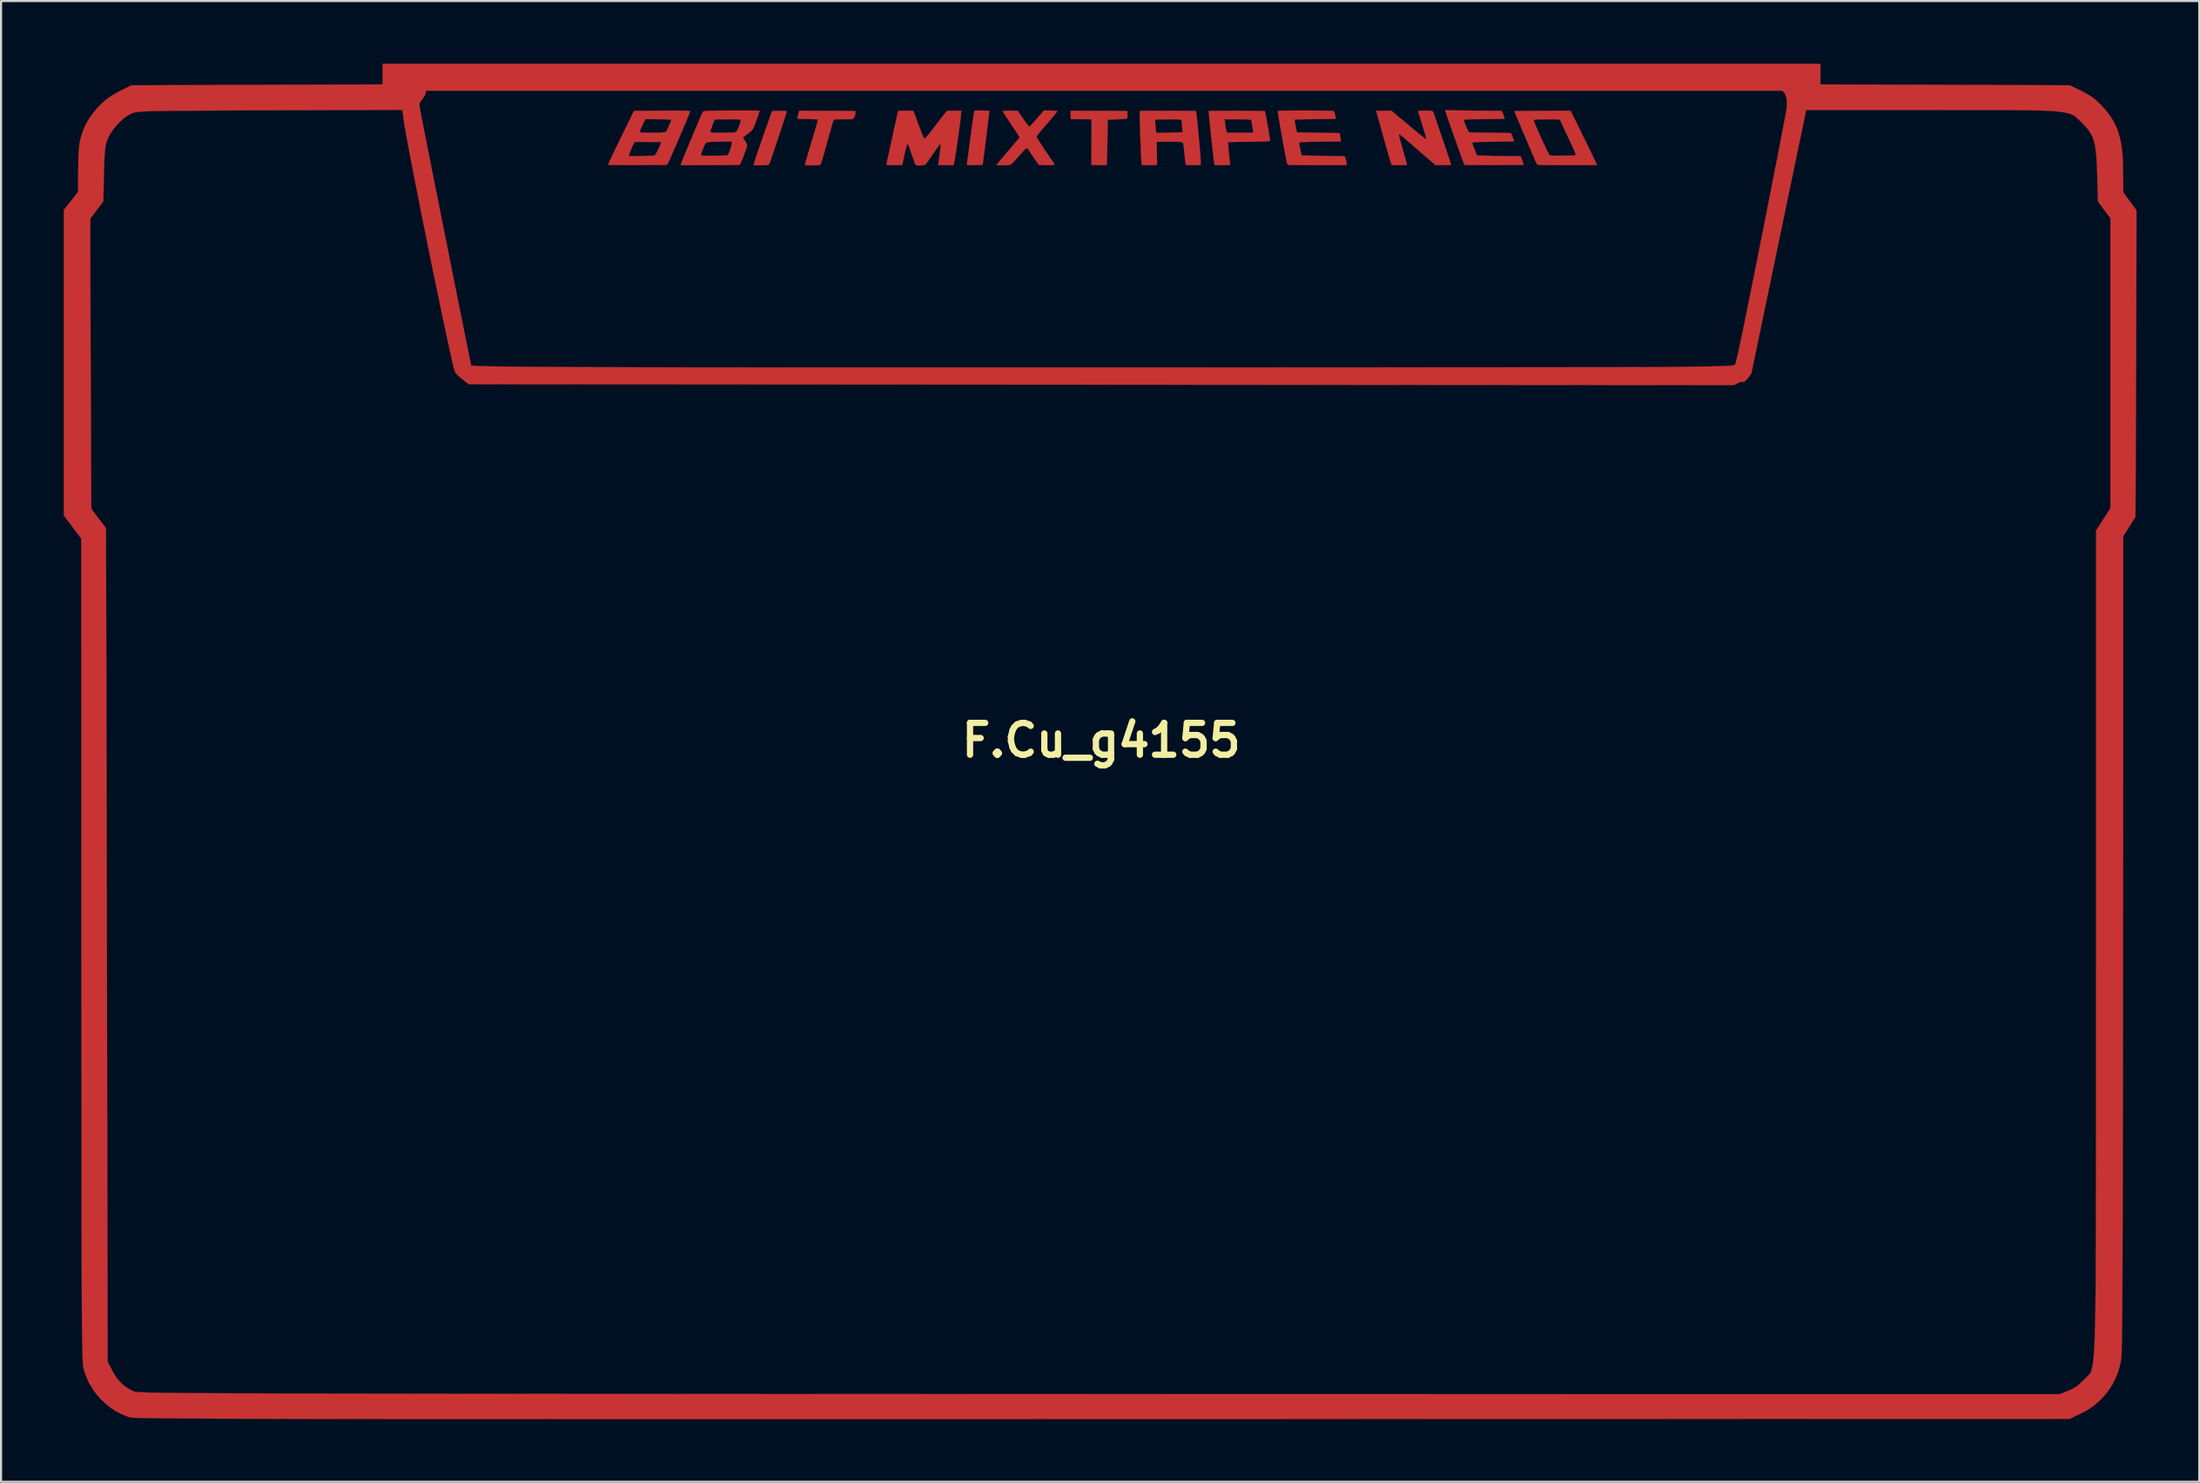
<source format=kicad_pcb>
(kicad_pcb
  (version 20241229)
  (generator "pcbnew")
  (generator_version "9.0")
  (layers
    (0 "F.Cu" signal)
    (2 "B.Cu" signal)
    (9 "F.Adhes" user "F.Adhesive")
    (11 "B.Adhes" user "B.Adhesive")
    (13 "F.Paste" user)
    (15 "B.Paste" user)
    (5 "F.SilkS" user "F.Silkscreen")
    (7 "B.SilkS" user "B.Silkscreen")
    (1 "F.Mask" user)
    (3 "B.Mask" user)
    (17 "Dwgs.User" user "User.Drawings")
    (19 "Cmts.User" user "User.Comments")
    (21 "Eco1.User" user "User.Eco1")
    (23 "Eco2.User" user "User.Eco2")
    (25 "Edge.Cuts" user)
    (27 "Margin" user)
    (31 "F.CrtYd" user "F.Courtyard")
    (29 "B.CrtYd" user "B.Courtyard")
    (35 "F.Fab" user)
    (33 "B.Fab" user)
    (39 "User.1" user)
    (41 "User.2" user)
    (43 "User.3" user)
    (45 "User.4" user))
  (footprint "F.Cu_g4155"
    (layer "F.Cu")
    (at 49.649 32.39)
    (property "Reference" "F.Cu_g4155" (at 0 0 0) (layer "F.SilkS") (effects (font (size 1.524 1.524) (thickness 0.3))))
    (attr through_hole)
    (fp_poly (pts (xy -15.35 -30.134) (xy -15.273 -30.133) (xy -15.201 -30.132) (xy -15.139 -30.13) (xy -15.091 -30.127) (xy -15.062 -30.124) (xy -15.055 -30.121) (xy -15.053 -30.105) (xy -15.058 -30.072) (xy -15.068 -30.028) (xy -15.069 -30.026) (xy -15.077 -29.996) (xy -15.093 -29.945) (xy -15.116 -29.875) (xy -15.144 -29.787) (xy -15.178 -29.685) (xy -15.216 -29.569) (xy -15.257 -29.443) (xy -15.302 -29.307) (xy -15.349 -29.165) (xy -15.398 -29.018) (xy -15.447 -28.869) (xy -15.497 -28.719) (xy -15.547 -28.571) (xy -15.595 -28.426) (xy -15.642 -28.287) (xy -15.686 -28.156) (xy -15.727 -28.035) (xy -15.764 -27.925) (xy -15.796 -27.83) (xy -15.824 -27.751) (xy -15.845 -27.69) (xy -15.859 -27.65) (xy -15.866 -27.633) (xy -15.887 -27.593) (xy -15.909 -27.561) (xy -15.923 -27.548) (xy -15.942 -27.544) (xy -15.983 -27.54) (xy -16.04 -27.536) (xy -16.11 -27.533) (xy -16.187 -27.53) (xy -16.268 -27.528) (xy -16.348 -27.527) (xy -16.423 -27.526) (xy -16.489 -27.527) (xy -16.54 -27.528) (xy -16.559 -27.529) (xy -16.627 -27.535) (xy -16.619 -27.595) (xy -16.612 -27.626) (xy -16.596 -27.68) (xy -16.573 -27.757) (xy -16.541 -27.855) (xy -16.502 -27.973) (xy -16.456 -28.111) (xy -16.403 -28.267) (xy -16.343 -28.441) (xy -16.277 -28.633) (xy -16.205 -28.84) (xy -16.126 -29.063) (xy -16.043 -29.3) (xy -16.036 -29.318) (xy -15.754 -30.118) (xy -15.665 -30.128) (xy -15.626 -30.131) (xy -15.57 -30.133) (xy -15.503 -30.134) (xy -15.428 -30.135) (xy -15.35 -30.134)) (stroke (width 0.01) (type solid)) (fill yes) (layer "F.Cu"))
    (fp_poly (pts (xy -5.793 -30.15) (xy -5.708 -30.149) (xy -5.624 -30.148) (xy -5.549 -30.146) (xy -5.488 -30.144) (xy -5.446 -30.142) (xy -5.443 -30.141) (xy -5.356 -30.133) (xy -5.364 -30.043) (xy -5.368 -30.01) (xy -5.374 -29.954) (xy -5.382 -29.881) (xy -5.393 -29.793) (xy -5.404 -29.694) (xy -5.417 -29.587) (xy -5.43 -29.483) (xy -5.465 -29.198) (xy -5.496 -28.939) (xy -5.525 -28.703) (xy -5.552 -28.491) (xy -5.575 -28.302) (xy -5.596 -28.135) (xy -5.615 -27.991) (xy -5.631 -27.868) (xy -5.644 -27.766) (xy -5.656 -27.685) (xy -5.665 -27.623) (xy -5.672 -27.581) (xy -5.676 -27.558) (xy -5.678 -27.553) (xy -5.693 -27.55) (xy -5.73 -27.547) (xy -5.784 -27.544) (xy -5.851 -27.542) (xy -5.928 -27.54) (xy -6.01 -27.538) (xy -6.094 -27.537) (xy -6.175 -27.537) (xy -6.249 -27.537) (xy -6.313 -27.538) (xy -6.362 -27.539) (xy -6.393 -27.542) (xy -6.398 -27.542) (xy -6.41 -27.546) (xy -6.419 -27.555) (xy -6.424 -27.571) (xy -6.425 -27.597) (xy -6.421 -27.637) (xy -6.414 -27.695) (xy -6.403 -27.772) (xy -6.395 -27.821) (xy -6.383 -27.898) (xy -6.37 -27.989) (xy -6.355 -28.094) (xy -6.339 -28.217) (xy -6.32 -28.358) (xy -6.298 -28.518) (xy -6.274 -28.7) (xy -6.248 -28.904) (xy -6.223 -29.096) (xy -6.205 -29.235) (xy -6.186 -29.372) (xy -6.167 -29.505) (xy -6.149 -29.632) (xy -6.132 -29.75) (xy -6.115 -29.855) (xy -6.101 -29.946) (xy -6.088 -30.021) (xy -6.078 -30.075) (xy -6.07 -30.107) (xy -6.069 -30.109) (xy -6.056 -30.15) (xy -5.793 -30.15)) (stroke (width 0.01) (type solid)) (fill yes) (layer "F.Cu"))
    (fp_poly (pts (xy -0.175 -30.136) (xy 0.005 -30.136) (xy 0.179 -30.135) (xy 0.345 -30.135) (xy 0.502 -30.134) (xy 0.646 -30.133) (xy 0.778 -30.132) (xy 0.894 -30.131) (xy 0.993 -30.13) (xy 1.073 -30.129) (xy 1.133 -30.128) (xy 1.17 -30.127) (xy 1.181 -30.126) (xy 1.251 -30.118) (xy 1.254 -29.964) (xy 1.256 -29.89) (xy 1.254 -29.835) (xy 1.245 -29.798) (xy 1.226 -29.773) (xy 1.193 -29.759) (xy 1.143 -29.75) (xy 1.072 -29.744) (xy 1.041 -29.742) (xy 0.974 -29.738) (xy 0.889 -29.733) (xy 0.792 -29.729) (xy 0.693 -29.725) (xy 0.597 -29.721) (xy 0.591 -29.721) (xy 0.311 -29.712) (xy 0.308 -29.477) (xy 0.307 -29.371) (xy 0.305 -29.251) (xy 0.303 -29.121) (xy 0.301 -28.984) (xy 0.298 -28.84) (xy 0.296 -28.694) (xy 0.293 -28.548) (xy 0.29 -28.405) (xy 0.287 -28.266) (xy 0.284 -28.135) (xy 0.281 -28.015) (xy 0.278 -27.907) (xy 0.276 -27.815) (xy 0.274 -27.741) (xy 0.272 -27.688) (xy 0.271 -27.664) (xy 0.263 -27.534) (xy -0.081 -27.535) (xy -0.173 -27.536) (xy -0.258 -27.537) (xy -0.331 -27.538) (xy -0.39 -27.539) (xy -0.431 -27.541) (xy -0.449 -27.543) (xy -0.449 -27.543) (xy -0.454 -27.544) (xy -0.457 -27.548) (xy -0.461 -27.556) (xy -0.463 -27.569) (xy -0.465 -27.589) (xy -0.467 -27.617) (xy -0.468 -27.656) (xy -0.469 -27.707) (xy -0.47 -27.771) (xy -0.47 -27.85) (xy -0.469 -27.946) (xy -0.469 -28.06) (xy -0.468 -28.194) (xy -0.466 -28.35) (xy -0.465 -28.529) (xy -0.464 -28.605) (xy -0.463 -28.767) (xy -0.462 -28.923) (xy -0.461 -29.069) (xy -0.461 -29.206) (xy -0.46 -29.329) (xy -0.46 -29.438) (xy -0.461 -29.53) (xy -0.461 -29.604) (xy -0.462 -29.658) (xy -0.463 -29.689) (xy -0.464 -29.696) (xy -0.473 -29.73) (xy -0.963 -29.734) (xy -1.454 -29.737) (xy -1.458 -29.937) (xy -1.461 -30.137) (xy -0.175 -30.136)) (stroke (width 0.01) (type solid)) (fill yes) (layer "F.Cu"))
    (fp_poly (pts (xy -13.184 -30.136) (xy -13.005 -30.135) (xy -12.832 -30.135) (xy -12.666 -30.134) (xy -12.511 -30.134) (xy -12.366 -30.133) (xy -12.236 -30.132) (xy -12.12 -30.131) (xy -12.021 -30.13) (xy -11.941 -30.129) (xy -11.882 -30.128) (xy -11.846 -30.127) (xy -11.836 -30.126) (xy -11.754 -30.118) (xy -11.755 -30.065) (xy -11.765 -29.98) (xy -11.789 -29.897) (xy -11.825 -29.824) (xy -11.852 -29.788) (xy -11.902 -29.731) (xy -12.35 -29.731) (xy -12.469 -29.731) (xy -12.565 -29.73) (xy -12.641 -29.73) (xy -12.698 -29.729) (xy -12.74 -29.727) (xy -12.77 -29.724) (xy -12.788 -29.721) (xy -12.799 -29.717) (xy -12.804 -29.712) (xy -12.805 -29.708) (xy -12.811 -29.689) (xy -12.822 -29.65) (xy -12.839 -29.596) (xy -12.859 -29.531) (xy -12.875 -29.477) (xy -12.891 -29.425) (xy -12.912 -29.351) (xy -12.938 -29.26) (xy -12.969 -29.153) (xy -13.003 -29.033) (xy -13.039 -28.905) (xy -13.077 -28.77) (xy -13.115 -28.633) (xy -13.138 -28.55) (xy -13.187 -28.373) (xy -13.23 -28.219) (xy -13.268 -28.086) (xy -13.3 -27.973) (xy -13.327 -27.878) (xy -13.35 -27.799) (xy -13.369 -27.735) (xy -13.386 -27.684) (xy -13.399 -27.645) (xy -13.41 -27.615) (xy -13.42 -27.593) (xy -13.428 -27.578) (xy -13.435 -27.568) (xy -13.437 -27.567) (xy -13.452 -27.556) (xy -13.475 -27.548) (xy -13.512 -27.541) (xy -13.567 -27.536) (xy -13.61 -27.533) (xy -13.738 -27.526) (xy -13.863 -27.524) (xy -13.979 -27.526) (xy -14.077 -27.532) (xy -14.08 -27.532) (xy -14.123 -27.538) (xy -14.155 -27.544) (xy -14.168 -27.549) (xy -14.171 -27.559) (xy -14.17 -27.577) (xy -14.165 -27.607) (xy -14.156 -27.65) (xy -14.14 -27.708) (xy -14.119 -27.783) (xy -14.092 -27.877) (xy -14.057 -27.992) (xy -14.025 -28.099) (xy -13.963 -28.304) (xy -13.903 -28.501) (xy -13.847 -28.688) (xy -13.795 -28.863) (xy -13.747 -29.026) (xy -13.703 -29.175) (xy -13.664 -29.309) (xy -13.63 -29.427) (xy -13.602 -29.527) (xy -13.58 -29.608) (xy -13.564 -29.669) (xy -13.555 -29.708) (xy -13.553 -29.724) (xy -13.553 -29.725) (xy -13.567 -29.726) (xy -13.602 -29.728) (xy -13.658 -29.73) (xy -13.731 -29.732) (xy -13.818 -29.735) (xy -13.916 -29.737) (xy -14.023 -29.74) (xy -14.043 -29.741) (xy -14.152 -29.743) (xy -14.252 -29.746) (xy -14.342 -29.749) (xy -14.418 -29.752) (xy -14.477 -29.755) (xy -14.518 -29.757) (xy -14.536 -29.759) (xy -14.536 -29.759) (xy -14.538 -29.777) (xy -14.534 -29.814) (xy -14.523 -29.867) (xy -14.507 -29.933) (xy -14.487 -30.007) (xy -14.481 -30.026) (xy -14.449 -30.137) (xy -13.184 -30.136)) (stroke (width 0.01) (type solid)) (fill yes) (layer "F.Cu"))
    (fp_poly (pts (xy 22.639 -29.786) (xy 22.783 -29.492) (xy 22.916 -29.221) (xy 23.038 -28.972) (xy 23.149 -28.745) (xy 23.25 -28.539) (xy 23.34 -28.354) (xy 23.42 -28.189) (xy 23.49 -28.044) (xy 23.551 -27.919) (xy 23.601 -27.813) (xy 23.643 -27.726) (xy 23.675 -27.658) (xy 23.698 -27.607) (xy 23.712 -27.575) (xy 23.717 -27.562) (xy 23.725 -27.534) (xy 22.362 -27.536) (xy 22.178 -27.536) (xy 22 -27.536) (xy 21.83 -27.537) (xy 21.671 -27.537) (xy 21.523 -27.538) (xy 21.389 -27.538) (xy 21.269 -27.539) (xy 21.167 -27.54) (xy 21.084 -27.54) (xy 21.02 -27.541) (xy 20.979 -27.542) (xy 20.961 -27.542) (xy 20.917 -27.549) (xy 20.887 -27.558) (xy 20.864 -27.576) (xy 20.843 -27.607) (xy 20.818 -27.656) (xy 20.817 -27.658) (xy 20.799 -27.696) (xy 20.773 -27.753) (xy 20.74 -27.826) (xy 20.704 -27.908) (xy 20.665 -27.998) (xy 20.628 -28.086) (xy 20.569 -28.224) (xy 20.508 -28.368) (xy 20.445 -28.518) (xy 20.38 -28.671) (xy 20.315 -28.824) (xy 20.25 -28.977) (xy 20.186 -29.127) (xy 20.125 -29.272) (xy 20.067 -29.409) (xy 20.012 -29.538) (xy 19.962 -29.656) (xy 19.953 -29.679) (xy 20.703 -29.679) (xy 20.704 -29.665) (xy 20.705 -29.655) (xy 20.714 -29.627) (xy 20.732 -29.579) (xy 20.759 -29.513) (xy 20.793 -29.432) (xy 20.833 -29.338) (xy 20.879 -29.233) (xy 20.928 -29.121) (xy 20.981 -29.003) (xy 21.035 -28.883) (xy 21.089 -28.762) (xy 21.144 -28.644) (xy 21.196 -28.531) (xy 21.246 -28.425) (xy 21.292 -28.329) (xy 21.332 -28.246) (xy 21.349 -28.213) (xy 21.458 -27.997) (xy 21.54 -27.989) (xy 21.572 -27.987) (xy 21.624 -27.986) (xy 21.694 -27.985) (xy 21.778 -27.984) (xy 21.873 -27.984) (xy 21.975 -27.985) (xy 22.081 -27.985) (xy 22.188 -27.986) (xy 22.292 -27.987) (xy 22.39 -27.989) (xy 22.479 -27.991) (xy 22.555 -27.992) (xy 22.616 -27.994) (xy 22.657 -27.997) (xy 22.674 -27.999) (xy 22.698 -28.007) (xy 22.706 -28.022) (xy 22.703 -28.05) (xy 22.698 -28.071) (xy 22.689 -28.101) (xy 22.674 -28.141) (xy 22.653 -28.193) (xy 22.625 -28.257) (xy 22.591 -28.335) (xy 22.548 -28.429) (xy 22.498 -28.539) (xy 22.438 -28.668) (xy 22.369 -28.817) (xy 22.289 -28.986) (xy 22.256 -29.056) (xy 21.948 -29.712) (xy 21.893 -29.722) (xy 21.868 -29.724) (xy 21.822 -29.726) (xy 21.755 -29.727) (xy 21.673 -29.728) (xy 21.577 -29.728) (xy 21.47 -29.728) (xy 21.356 -29.728) (xy 21.298 -29.727) (xy 21.158 -29.726) (xy 21.042 -29.725) (xy 20.947 -29.723) (xy 20.871 -29.721) (xy 20.812 -29.717) (xy 20.769 -29.713) (xy 20.738 -29.707) (xy 20.718 -29.7) (xy 20.707 -29.691) (xy 20.703 -29.679) (xy 19.953 -29.679) (xy 19.918 -29.761) (xy 19.88 -29.851) (xy 19.849 -29.923) (xy 19.827 -29.977) (xy 19.813 -30.01) (xy 19.811 -30.014) (xy 19.794 -30.06) (xy 19.782 -30.097) (xy 19.778 -30.118) (xy 19.779 -30.121) (xy 19.793 -30.123) (xy 19.831 -30.124) (xy 19.89 -30.125) (xy 19.97 -30.127) (xy 20.069 -30.128) (xy 20.184 -30.129) (xy 20.315 -30.13) (xy 20.46 -30.132) (xy 20.617 -30.133) (xy 20.784 -30.133) (xy 20.959 -30.134) (xy 21.127 -30.135) (xy 22.465 -30.139) (xy 22.639 -29.786)) (stroke (width 0.01) (type solid)) (fill yes) (layer "F.Cu"))
    (fp_poly (pts (xy 15.585 -30.144) (xy 15.66 -30.143) (xy 15.725 -30.141) (xy 15.777 -30.138) (xy 15.812 -30.134) (xy 15.815 -30.133) (xy 15.836 -30.127) (xy 15.855 -30.114) (xy 15.873 -30.094) (xy 15.892 -30.063) (xy 15.912 -30.018) (xy 15.936 -29.957) (xy 15.964 -29.877) (xy 15.996 -29.782) (xy 16.012 -29.733) (xy 16.035 -29.664) (xy 16.065 -29.575) (xy 16.101 -29.469) (xy 16.142 -29.349) (xy 16.186 -29.217) (xy 16.234 -29.076) (xy 16.285 -28.927) (xy 16.337 -28.774) (xy 16.39 -28.619) (xy 16.391 -28.615) (xy 16.442 -28.465) (xy 16.491 -28.32) (xy 16.538 -28.183) (xy 16.581 -28.056) (xy 16.62 -27.94) (xy 16.654 -27.838) (xy 16.683 -27.751) (xy 16.706 -27.682) (xy 16.722 -27.633) (xy 16.73 -27.605) (xy 16.731 -27.602) (xy 16.749 -27.534) (xy 16.003 -27.534) (xy 15.917 -27.607) (xy 15.884 -27.635) (xy 15.833 -27.678) (xy 15.766 -27.736) (xy 15.684 -27.807) (xy 15.587 -27.89) (xy 15.479 -27.984) (xy 15.359 -28.087) (xy 15.23 -28.199) (xy 15.092 -28.318) (xy 14.947 -28.444) (xy 14.796 -28.575) (xy 14.759 -28.607) (xy 14.649 -28.701) (xy 14.558 -28.78) (xy 14.482 -28.845) (xy 14.421 -28.896) (xy 14.372 -28.937) (xy 14.335 -28.966) (xy 14.307 -28.987) (xy 14.287 -28.999) (xy 14.274 -29.006) (xy 14.268 -29.007) (xy 14.257 -29.003) (xy 14.252 -28.989) (xy 14.252 -28.964) (xy 14.257 -28.925) (xy 14.268 -28.871) (xy 14.286 -28.799) (xy 14.311 -28.708) (xy 14.343 -28.595) (xy 14.359 -28.54) (xy 14.416 -28.342) (xy 14.466 -28.167) (xy 14.51 -28.013) (xy 14.547 -27.882) (xy 14.577 -27.774) (xy 14.599 -27.689) (xy 14.615 -27.628) (xy 14.623 -27.591) (xy 14.624 -27.588) (xy 14.633 -27.534) (xy 14.27 -27.534) (xy 14.164 -27.534) (xy 14.081 -27.534) (xy 14.017 -27.535) (xy 13.97 -27.537) (xy 13.938 -27.539) (xy 13.917 -27.542) (xy 13.904 -27.547) (xy 13.897 -27.553) (xy 13.896 -27.556) (xy 13.885 -27.582) (xy 13.868 -27.631) (xy 13.845 -27.703) (xy 13.817 -27.799) (xy 13.782 -27.919) (xy 13.74 -28.062) (xy 13.692 -28.23) (xy 13.667 -28.321) (xy 13.61 -28.523) (xy 13.555 -28.719) (xy 13.502 -28.908) (xy 13.451 -29.089) (xy 13.404 -29.258) (xy 13.36 -29.415) (xy 13.319 -29.559) (xy 13.284 -29.686) (xy 13.253 -29.797) (xy 13.227 -29.888) (xy 13.208 -29.959) (xy 13.194 -30.008) (xy 13.191 -30.02) (xy 13.159 -30.137) (xy 13.891 -30.137) (xy 14.41 -29.703) (xy 14.583 -29.558) (xy 14.737 -29.429) (xy 14.875 -29.314) (xy 14.995 -29.214) (xy 15.101 -29.126) (xy 15.192 -29.051) (xy 15.27 -28.986) (xy 15.336 -28.933) (xy 15.391 -28.889) (xy 15.436 -28.854) (xy 15.472 -28.827) (xy 15.5 -28.807) (xy 15.521 -28.793) (xy 15.536 -28.785) (xy 15.546 -28.782) (xy 15.552 -28.782) (xy 15.554 -28.783) (xy 15.557 -28.793) (xy 15.555 -28.814) (xy 15.548 -28.847) (xy 15.536 -28.895) (xy 15.519 -28.958) (xy 15.495 -29.039) (xy 15.466 -29.137) (xy 15.429 -29.256) (xy 15.386 -29.396) (xy 15.335 -29.558) (xy 15.333 -29.563) (xy 15.291 -29.699) (xy 15.255 -29.813) (xy 15.227 -29.906) (xy 15.205 -29.98) (xy 15.189 -30.037) (xy 15.179 -30.079) (xy 15.174 -30.107) (xy 15.173 -30.123) (xy 15.175 -30.128) (xy 15.192 -30.133) (xy 15.23 -30.136) (xy 15.284 -30.139) (xy 15.352 -30.142) (xy 15.427 -30.143) (xy 15.506 -30.144) (xy 15.585 -30.144)) (stroke (width 0.01) (type solid)) (fill yes) (layer "F.Cu"))
    (fp_poly (pts (xy 6.366 -30.137) (xy 6.519 -30.137) (xy 6.671 -30.136) (xy 6.818 -30.136) (xy 6.959 -30.135) (xy 7.091 -30.134) (xy 7.213 -30.134) (xy 7.323 -30.132) (xy 7.419 -30.131) (xy 7.497 -30.13) (xy 7.54 -30.129) (xy 7.835 -30.12) (xy 7.847 -30.062) (xy 7.86 -29.999) (xy 7.876 -29.919) (xy 7.894 -29.825) (xy 7.914 -29.72) (xy 7.934 -29.607) (xy 7.955 -29.491) (xy 7.976 -29.373) (xy 7.997 -29.257) (xy 8.016 -29.147) (xy 8.033 -29.045) (xy 8.048 -28.955) (xy 8.06 -28.881) (xy 8.069 -28.825) (xy 8.073 -28.79) (xy 8.073 -28.79) (xy 8.081 -28.706) (xy 8.038 -28.69) (xy 8.013 -28.685) (xy 7.965 -28.681) (xy 7.897 -28.676) (xy 7.811 -28.672) (xy 7.709 -28.668) (xy 7.594 -28.664) (xy 7.469 -28.661) (xy 7.335 -28.658) (xy 7.195 -28.655) (xy 7.053 -28.653) (xy 6.909 -28.652) (xy 6.825 -28.652) (xy 6.721 -28.651) (xy 6.61 -28.65) (xy 6.502 -28.648) (xy 6.401 -28.646) (xy 6.316 -28.644) (xy 6.281 -28.643) (xy 6.069 -28.634) (xy 6.077 -28.513) (xy 6.087 -28.38) (xy 6.099 -28.231) (xy 6.114 -28.076) (xy 6.129 -27.924) (xy 6.145 -27.785) (xy 6.148 -27.764) (xy 6.156 -27.694) (xy 6.162 -27.633) (xy 6.165 -27.585) (xy 6.166 -27.556) (xy 6.165 -27.548) (xy 6.151 -27.546) (xy 6.115 -27.543) (xy 6.059 -27.541) (xy 5.989 -27.539) (xy 5.906 -27.538) (xy 5.814 -27.536) (xy 5.796 -27.536) (xy 5.687 -27.535) (xy 5.6 -27.535) (xy 5.534 -27.536) (xy 5.487 -27.537) (xy 5.455 -27.54) (xy 5.437 -27.544) (xy 5.43 -27.549) (xy 5.429 -27.549) (xy 5.421 -27.579) (xy 5.412 -27.621) (xy 5.403 -27.678) (xy 5.392 -27.754) (xy 5.381 -27.849) (xy 5.367 -27.967) (xy 5.366 -27.978) (xy 5.354 -28.082) (xy 5.341 -28.202) (xy 5.327 -28.33) (xy 5.313 -28.457) (xy 5.3 -28.574) (xy 5.296 -28.607) (xy 5.283 -28.725) (xy 5.269 -28.852) (xy 5.255 -28.986) (xy 5.24 -29.124) (xy 5.226 -29.262) (xy 5.212 -29.399) (xy 5.198 -29.532) (xy 5.186 -29.658) (xy 5.179 -29.731) (xy 5.904 -29.731) (xy 5.911 -29.689) (xy 5.915 -29.659) (xy 5.921 -29.611) (xy 5.928 -29.554) (xy 5.931 -29.521) (xy 5.944 -29.419) (xy 5.958 -29.323) (xy 5.974 -29.239) (xy 5.99 -29.172) (xy 6.003 -29.132) (xy 6.023 -29.083) (xy 6.65 -29.083) (xy 6.773 -29.083) (xy 6.889 -29.084) (xy 6.994 -29.085) (xy 7.086 -29.086) (xy 7.162 -29.087) (xy 7.221 -29.089) (xy 7.26 -29.09) (xy 7.276 -29.092) (xy 7.277 -29.093) (xy 7.274 -29.118) (xy 7.269 -29.162) (xy 7.26 -29.221) (xy 7.25 -29.289) (xy 7.238 -29.364) (xy 7.226 -29.44) (xy 7.214 -29.513) (xy 7.203 -29.579) (xy 7.193 -29.634) (xy 7.185 -29.673) (xy 7.18 -29.692) (xy 7.18 -29.694) (xy 7.163 -29.702) (xy 7.131 -29.709) (xy 7.081 -29.716) (xy 7.014 -29.721) (xy 6.926 -29.724) (xy 6.818 -29.727) (xy 6.688 -29.729) (xy 6.535 -29.73) (xy 6.441 -29.73) (xy 5.904 -29.731) (xy 5.179 -29.731) (xy 5.174 -29.775) (xy 5.164 -29.88) (xy 5.156 -29.97) (xy 5.15 -30.043) (xy 5.145 -30.096) (xy 5.144 -30.126) (xy 5.144 -30.128) (xy 5.156 -30.129) (xy 5.192 -30.131) (xy 5.248 -30.132) (xy 5.324 -30.133) (xy 5.417 -30.134) (xy 5.525 -30.135) (xy 5.646 -30.135) (xy 5.777 -30.136) (xy 5.917 -30.136) (xy 6.063 -30.137) (xy 6.213 -30.137) (xy 6.366 -30.137)) (stroke (width 0.01) (type solid)) (fill yes) (layer "F.Cu"))
    (fp_poly (pts (xy -2.485 -30.149) (xy -2.401 -30.148) (xy -2.322 -30.146) (xy -2.253 -30.144) (xy -2.198 -30.142) (xy -2.162 -30.139) (xy -2.161 -30.139) (xy -2.093 -30.131) (xy -2.128 -30.08) (xy -2.144 -30.056) (xy -2.165 -30.029) (xy -2.19 -29.996) (xy -2.222 -29.956) (xy -2.263 -29.906) (xy -2.313 -29.847) (xy -2.374 -29.774) (xy -2.447 -29.688) (xy -2.535 -29.585) (xy -2.62 -29.486) (xy -2.735 -29.35) (xy -2.834 -29.233) (xy -2.917 -29.134) (xy -2.984 -29.052) (xy -3.035 -28.988) (xy -3.071 -28.941) (xy -3.092 -28.911) (xy -3.099 -28.896) (xy -3.092 -28.878) (xy -3.071 -28.84) (xy -3.037 -28.784) (xy -2.992 -28.712) (xy -2.936 -28.624) (xy -2.87 -28.522) (xy -2.795 -28.408) (xy -2.712 -28.283) (xy -2.621 -28.148) (xy -2.524 -28.006) (xy -2.422 -27.856) (xy -2.342 -27.74) (xy -2.305 -27.684) (xy -2.273 -27.634) (xy -2.249 -27.595) (xy -2.237 -27.571) (xy -2.235 -27.566) (xy -2.243 -27.556) (xy -2.266 -27.547) (xy -2.308 -27.541) (xy -2.368 -27.537) (xy -2.45 -27.535) (xy -2.553 -27.534) (xy -2.68 -27.536) (xy -2.681 -27.536) (xy -2.78 -27.537) (xy -2.856 -27.54) (xy -2.912 -27.543) (xy -2.951 -27.547) (xy -2.976 -27.551) (xy -2.989 -27.558) (xy -2.989 -27.558) (xy -3.001 -27.572) (xy -3.025 -27.604) (xy -3.058 -27.651) (xy -3.1 -27.71) (xy -3.147 -27.778) (xy -3.198 -27.852) (xy -3.25 -27.929) (xy -3.302 -28.005) (xy -3.351 -28.078) (xy -3.396 -28.144) (xy -3.433 -28.201) (xy -3.462 -28.246) (xy -3.463 -28.248) (xy -3.492 -28.291) (xy -3.516 -28.317) (xy -3.54 -28.33) (xy -3.57 -28.333) (xy -3.578 -28.334) (xy -3.59 -28.332) (xy -3.602 -28.328) (xy -3.618 -28.318) (xy -3.639 -28.3) (xy -3.665 -28.274) (xy -3.701 -28.237) (xy -3.746 -28.187) (xy -3.803 -28.123) (xy -3.874 -28.042) (xy -3.927 -27.982) (xy -3.999 -27.901) (xy -4.068 -27.824) (xy -4.131 -27.754) (xy -4.186 -27.694) (xy -4.23 -27.645) (xy -4.263 -27.612) (xy -4.28 -27.595) (xy -4.324 -27.569) (xy -4.377 -27.55) (xy -4.388 -27.548) (xy -4.421 -27.543) (xy -4.472 -27.539) (xy -4.537 -27.536) (xy -4.611 -27.532) (xy -4.689 -27.529) (xy -4.766 -27.527) (xy -4.837 -27.526) (xy -4.897 -27.526) (xy -4.94 -27.527) (xy -4.963 -27.529) (xy -4.985 -27.539) (xy -4.991 -27.549) (xy -4.988 -27.559) (xy -4.979 -27.576) (xy -4.962 -27.601) (xy -4.936 -27.635) (xy -4.9 -27.679) (xy -4.854 -27.736) (xy -4.796 -27.806) (xy -4.725 -27.89) (xy -4.64 -27.99) (xy -4.54 -28.108) (xy -4.477 -28.181) (xy -4.393 -28.279) (xy -4.312 -28.375) (xy -4.234 -28.465) (xy -4.163 -28.549) (xy -4.101 -28.622) (xy -4.048 -28.683) (xy -4.009 -28.73) (xy -3.984 -28.759) (xy -3.949 -28.802) (xy -3.922 -28.839) (xy -3.906 -28.865) (xy -3.904 -28.875) (xy -3.912 -28.888) (xy -3.933 -28.921) (xy -3.965 -28.97) (xy -4.007 -29.034) (xy -4.058 -29.111) (xy -4.116 -29.199) (xy -4.18 -29.296) (xy -4.249 -29.399) (xy -4.264 -29.422) (xy -4.357 -29.561) (xy -4.436 -29.681) (xy -4.504 -29.783) (xy -4.56 -29.868) (xy -4.605 -29.938) (xy -4.641 -29.994) (xy -4.668 -30.038) (xy -4.687 -30.07) (xy -4.699 -30.094) (xy -4.706 -30.109) (xy -4.708 -30.118) (xy -4.706 -30.121) (xy -4.688 -30.127) (xy -4.646 -30.132) (xy -4.585 -30.136) (xy -4.507 -30.139) (xy -4.415 -30.14) (xy -4.311 -30.14) (xy -4.237 -30.139) (xy -3.989 -30.134) (xy -3.922 -30.031) (xy -3.879 -29.966) (xy -3.828 -29.891) (xy -3.772 -29.811) (xy -3.715 -29.729) (xy -3.659 -29.65) (xy -3.608 -29.579) (xy -3.563 -29.518) (xy -3.529 -29.473) (xy -3.52 -29.462) (xy -3.489 -29.426) (xy -3.461 -29.4) (xy -3.441 -29.388) (xy -3.44 -29.388) (xy -3.426 -29.394) (xy -3.403 -29.412) (xy -3.369 -29.444) (xy -3.324 -29.49) (xy -3.267 -29.551) (xy -3.197 -29.629) (xy -3.112 -29.724) (xy -3.013 -29.837) (xy -2.981 -29.874) (xy -2.74 -30.15) (xy -2.485 -30.149)) (stroke (width 0.01) (type solid)) (fill yes) (layer "F.Cu"))
    (fp_poly (pts (xy 9.729 -30.15) (xy 9.883 -30.149) (xy 10.037 -30.148) (xy 10.188 -30.147) (xy 10.335 -30.146) (xy 10.476 -30.145) (xy 10.608 -30.143) (xy 10.729 -30.141) (xy 10.838 -30.139) (xy 10.931 -30.137) (xy 11.006 -30.135) (xy 11.063 -30.132) (xy 11.097 -30.129) (xy 11.108 -30.127) (xy 11.128 -30.108) (xy 11.15 -30.073) (xy 11.161 -30.05) (xy 11.174 -30.014) (xy 11.187 -29.966) (xy 11.2 -29.912) (xy 11.211 -29.858) (xy 11.218 -29.81) (xy 11.222 -29.775) (xy 11.22 -29.757) (xy 11.219 -29.757) (xy 11.215 -29.756) (xy 11.205 -29.754) (xy 11.188 -29.753) (xy 11.162 -29.751) (xy 11.125 -29.75) (xy 11.077 -29.748) (xy 11.016 -29.747) (xy 10.94 -29.746) (xy 10.849 -29.744) (xy 10.739 -29.742) (xy 10.611 -29.741) (xy 10.463 -29.739) (xy 10.292 -29.737) (xy 10.099 -29.734) (xy 9.999 -29.733) (xy 9.864 -29.731) (xy 9.737 -29.729) (xy 9.62 -29.727) (xy 9.515 -29.725) (xy 9.425 -29.723) (xy 9.351 -29.721) (xy 9.296 -29.719) (xy 9.262 -29.717) (xy 9.252 -29.716) (xy 9.252 -29.701) (xy 9.257 -29.666) (xy 9.265 -29.612) (xy 9.278 -29.544) (xy 9.293 -29.466) (xy 9.305 -29.405) (xy 9.367 -29.102) (xy 9.938 -29.093) (xy 10.079 -29.09) (xy 10.231 -29.088) (xy 10.388 -29.085) (xy 10.544 -29.082) (xy 10.693 -29.08) (xy 10.829 -29.078) (xy 10.947 -29.075) (xy 10.956 -29.075) (xy 11.402 -29.067) (xy 11.422 -28.996) (xy 11.432 -28.951) (xy 11.443 -28.892) (xy 11.453 -28.827) (xy 11.462 -28.764) (xy 11.467 -28.712) (xy 11.468 -28.686) (xy 11.467 -28.68) (xy 11.461 -28.675) (xy 11.448 -28.671) (xy 11.425 -28.668) (xy 11.389 -28.666) (xy 11.339 -28.665) (xy 11.27 -28.664) (xy 11.182 -28.663) (xy 11.084 -28.663) (xy 10.922 -28.662) (xy 10.759 -28.661) (xy 10.598 -28.66) (xy 10.44 -28.658) (xy 10.287 -28.656) (xy 10.142 -28.654) (xy 10.006 -28.651) (xy 9.881 -28.648) (xy 9.77 -28.645) (xy 9.674 -28.642) (xy 9.596 -28.639) (xy 9.537 -28.636) (xy 9.499 -28.632) (xy 9.485 -28.629) (xy 9.48 -28.614) (xy 9.48 -28.58) (xy 9.485 -28.526) (xy 9.492 -28.478) (xy 9.501 -28.423) (xy 9.514 -28.357) (xy 9.528 -28.285) (xy 9.544 -28.213) (xy 9.559 -28.144) (xy 9.574 -28.084) (xy 9.586 -28.037) (xy 9.596 -28.008) (xy 9.6 -28.001) (xy 9.613 -28) (xy 9.65 -27.998) (xy 9.709 -27.996) (xy 9.787 -27.994) (xy 9.883 -27.991) (xy 9.994 -27.989) (xy 10.119 -27.986) (xy 10.255 -27.984) (xy 10.401 -27.982) (xy 10.555 -27.979) (xy 10.579 -27.979) (xy 10.735 -27.977) (xy 10.885 -27.974) (xy 11.027 -27.972) (xy 11.158 -27.97) (xy 11.276 -27.967) (xy 11.379 -27.965) (xy 11.466 -27.963) (xy 11.534 -27.961) (xy 11.581 -27.96) (xy 11.604 -27.958) (xy 11.605 -27.958) (xy 11.643 -27.95) (xy 11.663 -27.935) (xy 11.673 -27.917) (xy 11.688 -27.872) (xy 11.704 -27.813) (xy 11.72 -27.748) (xy 11.733 -27.685) (xy 11.743 -27.63) (xy 11.747 -27.591) (xy 11.747 -27.588) (xy 11.748 -27.534) (xy 10.404 -27.536) (xy 10.221 -27.536) (xy 10.043 -27.537) (xy 9.873 -27.537) (xy 9.713 -27.538) (xy 9.564 -27.538) (xy 9.429 -27.539) (xy 9.309 -27.54) (xy 9.206 -27.54) (xy 9.121 -27.541) (xy 9.056 -27.542) (xy 9.014 -27.542) (xy 8.996 -27.543) (xy 8.956 -27.548) (xy 8.926 -27.557) (xy 8.918 -27.563) (xy 8.911 -27.577) (xy 8.901 -27.606) (xy 8.89 -27.65) (xy 8.876 -27.71) (xy 8.859 -27.788) (xy 8.84 -27.884) (xy 8.817 -27.999) (xy 8.791 -28.134) (xy 8.762 -28.29) (xy 8.73 -28.468) (xy 8.693 -28.67) (xy 8.652 -28.895) (xy 8.649 -28.912) (xy 8.613 -29.114) (xy 8.582 -29.293) (xy 8.554 -29.449) (xy 8.531 -29.585) (xy 8.511 -29.701) (xy 8.494 -29.798) (xy 8.482 -29.879) (xy 8.472 -29.945) (xy 8.465 -29.996) (xy 8.46 -30.034) (xy 8.458 -30.062) (xy 8.458 -30.069) (xy 8.458 -30.134) (xy 8.833 -30.144) (xy 8.926 -30.145) (xy 9.035 -30.147) (xy 9.156 -30.148) (xy 9.289 -30.149) (xy 9.43 -30.15) (xy 9.577 -30.15) (xy 9.729 -30.15)) (stroke (width 0.01) (type solid)) (fill yes) (layer "F.Cu"))
    (fp_poly (pts (xy -20.33 -30.145) (xy -20.208 -30.145) (xy -20.103 -30.144) (xy -20.017 -30.143) (xy -19.954 -30.142) (xy -19.933 -30.141) (xy -19.846 -30.139) (xy -19.78 -30.136) (xy -19.733 -30.133) (xy -19.703 -30.13) (xy -19.684 -30.125) (xy -19.675 -30.12) (xy -19.672 -30.112) (xy -19.672 -30.109) (xy -19.677 -30.089) (xy -19.692 -30.048) (xy -19.717 -29.985) (xy -19.75 -29.902) (xy -19.792 -29.799) (xy -19.842 -29.678) (xy -19.9 -29.539) (xy -19.966 -29.384) (xy -20.038 -29.214) (xy -20.117 -29.028) (xy -20.203 -28.829) (xy -20.294 -28.618) (xy -20.39 -28.394) (xy -20.469 -28.213) (xy -20.528 -28.077) (xy -20.578 -27.962) (xy -20.62 -27.867) (xy -20.655 -27.789) (xy -20.684 -27.726) (xy -20.707 -27.677) (xy -20.726 -27.64) (xy -20.741 -27.612) (xy -20.754 -27.592) (xy -20.766 -27.577) (xy -20.777 -27.566) (xy -20.777 -27.565) (xy -20.782 -27.561) (xy -20.788 -27.558) (xy -20.797 -27.555) (xy -20.81 -27.552) (xy -20.829 -27.549) (xy -20.855 -27.547) (xy -20.889 -27.546) (xy -20.934 -27.544) (xy -20.99 -27.543) (xy -21.059 -27.542) (xy -21.142 -27.541) (xy -21.241 -27.54) (xy -21.358 -27.54) (xy -21.493 -27.54) (xy -21.649 -27.539) (xy -21.826 -27.539) (xy -22.026 -27.539) (xy -22.147 -27.539) (xy -22.331 -27.539) (xy -22.508 -27.539) (xy -22.677 -27.539) (xy -22.836 -27.539) (xy -22.983 -27.539) (xy -23.117 -27.539) (xy -23.236 -27.54) (xy -23.339 -27.54) (xy -23.422 -27.541) (xy -23.485 -27.541) (xy -23.526 -27.542) (xy -23.543 -27.543) (xy -23.576 -27.548) (xy -23.595 -27.556) (xy -23.597 -27.56) (xy -23.594 -27.572) (xy -23.584 -27.596) (xy -23.568 -27.634) (xy -23.544 -27.686) (xy -23.514 -27.753) (xy -23.475 -27.835) (xy -23.429 -27.933) (xy -23.391 -28.012) (xy -22.593 -28.012) (xy -22.593 -27.965) (xy -22.374 -27.966) (xy -22.302 -27.966) (xy -22.211 -27.968) (xy -22.106 -27.969) (xy -21.993 -27.972) (xy -21.878 -27.975) (xy -21.768 -27.978) (xy -21.768 -27.978) (xy -21.38 -27.989) (xy -21.338 -28.038) (xy -21.314 -28.07) (xy -21.284 -28.119) (xy -21.251 -28.179) (xy -21.217 -28.247) (xy -21.181 -28.319) (xy -21.148 -28.392) (xy -21.117 -28.462) (xy -21.092 -28.526) (xy -21.073 -28.578) (xy -21.063 -28.616) (xy -21.063 -28.636) (xy -21.063 -28.637) (xy -21.077 -28.638) (xy -21.114 -28.64) (xy -21.171 -28.641) (xy -21.247 -28.642) (xy -21.338 -28.643) (xy -21.441 -28.644) (xy -21.556 -28.645) (xy -21.678 -28.645) (xy -21.694 -28.645) (xy -22.316 -28.645) (xy -22.342 -28.613) (xy -22.364 -28.58) (xy -22.392 -28.529) (xy -22.423 -28.465) (xy -22.457 -28.391) (xy -22.49 -28.313) (xy -22.522 -28.235) (xy -22.55 -28.161) (xy -22.573 -28.097) (xy -22.588 -28.046) (xy -22.593 -28.013) (xy -22.593 -28.012) (xy -23.391 -28.012) (xy -23.374 -28.048) (xy -23.31 -28.181) (xy -23.237 -28.332) (xy -23.155 -28.502) (xy -23.062 -28.692) (xy -22.96 -28.902) (xy -22.847 -29.133) (xy -22.846 -29.135) (xy -22.078 -29.135) (xy -22.074 -29.118) (xy -22.054 -29.109) (xy -22.017 -29.1) (xy -21.974 -29.095) (xy -21.921 -29.091) (xy -21.848 -29.089) (xy -21.758 -29.087) (xy -21.657 -29.086) (xy -21.55 -29.086) (xy -21.44 -29.086) (xy -21.333 -29.087) (xy -21.233 -29.089) (xy -21.145 -29.091) (xy -21.074 -29.095) (xy -21.069 -29.095) (xy -21 -29.1) (xy -20.938 -29.106) (xy -20.889 -29.113) (xy -20.857 -29.119) (xy -20.851 -29.122) (xy -20.834 -29.134) (xy -20.814 -29.159) (xy -20.79 -29.2) (xy -20.76 -29.259) (xy -20.74 -29.3) (xy -20.708 -29.368) (xy -20.676 -29.44) (xy -20.646 -29.511) (xy -20.619 -29.577) (xy -20.596 -29.633) (xy -20.581 -29.676) (xy -20.574 -29.701) (xy -20.574 -29.703) (xy -20.584 -29.709) (xy -20.615 -29.714) (xy -20.667 -29.719) (xy -20.741 -29.723) (xy -20.837 -29.726) (xy -20.957 -29.729) (xy -21.1 -29.731) (xy -21.268 -29.733) (xy -21.33 -29.733) (xy -21.812 -29.736) (xy -21.903 -29.553) (xy -21.964 -29.426) (xy -22.013 -29.321) (xy -22.048 -29.238) (xy -22.069 -29.176) (xy -22.078 -29.135) (xy -22.846 -29.135) (xy -22.724 -29.386) (xy -22.682 -29.471) (xy -22.359 -30.133) (xy -21.276 -30.141) (xy -21.106 -30.143) (xy -20.937 -30.144) (xy -20.772 -30.144) (xy -20.614 -30.145) (xy -20.466 -30.145) (xy -20.33 -30.145)) (stroke (width 0.01) (type solid)) (fill yes) (layer "F.Cu"))
    (fp_poly (pts (xy -6.698 -30.083) (xy -6.702 -30.043) (xy -6.708 -29.988) (xy -6.712 -29.934) (xy -6.718 -29.869) (xy -6.728 -29.784) (xy -6.74 -29.679) (xy -6.755 -29.559) (xy -6.773 -29.425) (xy -6.792 -29.28) (xy -6.813 -29.127) (xy -6.835 -28.968) (xy -6.858 -28.807) (xy -6.881 -28.645) (xy -6.905 -28.485) (xy -6.928 -28.331) (xy -6.95 -28.184) (xy -6.971 -28.047) (xy -6.99 -27.923) (xy -7.008 -27.814) (xy -7.024 -27.724) (xy -7.037 -27.654) (xy -7.044 -27.619) (xy -7.063 -27.534) (xy -7.431 -27.534) (xy -7.537 -27.534) (xy -7.621 -27.534) (xy -7.684 -27.535) (xy -7.731 -27.536) (xy -7.763 -27.539) (xy -7.783 -27.542) (xy -7.793 -27.546) (xy -7.797 -27.552) (xy -7.798 -27.556) (xy -7.796 -27.573) (xy -7.791 -27.613) (xy -7.783 -27.671) (xy -7.773 -27.745) (xy -7.762 -27.831) (xy -7.748 -27.927) (xy -7.74 -27.983) (xy -7.726 -28.086) (xy -7.713 -28.183) (xy -7.703 -28.271) (xy -7.694 -28.348) (xy -7.689 -28.408) (xy -7.686 -28.449) (xy -7.686 -28.46) (xy -7.689 -28.493) (xy -7.693 -28.516) (xy -7.701 -28.529) (xy -7.713 -28.529) (xy -7.732 -28.516) (xy -7.757 -28.488) (xy -7.792 -28.444) (xy -7.836 -28.383) (xy -7.892 -28.303) (xy -7.96 -28.204) (xy -7.966 -28.195) (xy -8.058 -28.062) (xy -8.137 -27.947) (xy -8.204 -27.851) (xy -8.26 -27.771) (xy -8.306 -27.707) (xy -8.343 -27.655) (xy -8.373 -27.616) (xy -8.397 -27.587) (xy -8.415 -27.566) (xy -8.43 -27.554) (xy -8.44 -27.547) (xy -8.465 -27.541) (xy -8.508 -27.535) (xy -8.564 -27.529) (xy -8.626 -27.525) (xy -8.688 -27.522) (xy -8.743 -27.522) (xy -8.785 -27.523) (xy -8.807 -27.526) (xy -8.829 -27.533) (xy -8.853 -27.539) (xy -8.884 -27.556) (xy -8.902 -27.581) (xy -8.91 -27.601) (xy -8.925 -27.643) (xy -8.946 -27.702) (xy -8.971 -27.775) (xy -9 -27.86) (xy -9.032 -27.953) (xy -9.049 -28.003) (xy -9.091 -28.127) (xy -9.126 -28.229) (xy -9.155 -28.311) (xy -9.178 -28.376) (xy -9.197 -28.425) (xy -9.212 -28.462) (xy -9.225 -28.489) (xy -9.236 -28.507) (xy -9.246 -28.519) (xy -9.251 -28.524) (xy -9.27 -28.535) (xy -9.282 -28.528) (xy -9.285 -28.523) (xy -9.3 -28.49) (xy -9.32 -28.431) (xy -9.343 -28.348) (xy -9.37 -28.24) (xy -9.4 -28.109) (xy -9.434 -27.953) (xy -9.44 -27.921) (xy -9.521 -27.54) (xy -9.831 -27.536) (xy -9.921 -27.535) (xy -10.007 -27.535) (xy -10.084 -27.536) (xy -10.148 -27.537) (xy -10.193 -27.539) (xy -10.209 -27.54) (xy -10.277 -27.549) (xy -10.27 -27.595) (xy -10.267 -27.614) (xy -10.258 -27.656) (xy -10.245 -27.719) (xy -10.227 -27.802) (xy -10.206 -27.902) (xy -10.181 -28.017) (xy -10.153 -28.146) (xy -10.122 -28.287) (xy -10.09 -28.437) (xy -10.055 -28.596) (xy -10.022 -28.746) (xy -9.976 -28.958) (xy -9.935 -29.146) (xy -9.899 -29.311) (xy -9.867 -29.457) (xy -9.839 -29.583) (xy -9.816 -29.691) (xy -9.795 -29.783) (xy -9.779 -29.86) (xy -9.765 -29.924) (xy -9.753 -29.975) (xy -9.744 -30.016) (xy -9.737 -30.047) (xy -9.732 -30.07) (xy -9.728 -30.087) (xy -9.725 -30.099) (xy -9.723 -30.107) (xy -9.721 -30.113) (xy -9.721 -30.115) (xy -9.717 -30.121) (xy -9.709 -30.127) (xy -9.693 -30.13) (xy -9.667 -30.133) (xy -9.627 -30.135) (xy -9.572 -30.136) (xy -9.499 -30.137) (xy -9.403 -30.137) (xy -9.359 -30.137) (xy -9.004 -30.137) (xy -8.98 -30.098) (xy -8.969 -30.075) (xy -8.951 -30.032) (xy -8.927 -29.973) (xy -8.9 -29.904) (xy -8.871 -29.827) (xy -8.865 -29.81) (xy -8.799 -29.632) (xy -8.742 -29.476) (xy -8.692 -29.342) (xy -8.648 -29.227) (xy -8.612 -29.13) (xy -8.58 -29.049) (xy -8.554 -28.983) (xy -8.533 -28.93) (xy -8.515 -28.889) (xy -8.5 -28.859) (xy -8.488 -28.837) (xy -8.477 -28.823) (xy -8.469 -28.815) (xy -8.46 -28.811) (xy -8.452 -28.81) (xy -8.452 -28.81) (xy -8.437 -28.816) (xy -8.413 -28.835) (xy -8.38 -28.868) (xy -8.337 -28.916) (xy -8.284 -28.98) (xy -8.218 -29.061) (xy -8.139 -29.161) (xy -8.05 -29.276) (xy -7.937 -29.421) (xy -7.839 -29.548) (xy -7.754 -29.658) (xy -7.682 -29.751) (xy -7.621 -29.83) (xy -7.57 -29.895) (xy -7.528 -29.949) (xy -7.494 -29.992) (xy -7.468 -30.025) (xy -7.447 -30.051) (xy -7.431 -30.071) (xy -7.418 -30.085) (xy -7.409 -30.095) (xy -7.369 -30.137) (xy -7.03 -30.137) (xy -6.691 -30.137) (xy -6.698 -30.083)) (stroke (width 0.01) (type solid)) (fill yes) (layer "F.Cu"))
    (fp_poly (pts (xy 16.768 -30.158) (xy 16.83 -30.157) (xy 16.915 -30.155) (xy 17.019 -30.154) (xy 17.141 -30.152) (xy 17.278 -30.15) (xy 17.427 -30.148) (xy 17.585 -30.147) (xy 17.75 -30.145) (xy 17.918 -30.143) (xy 18.088 -30.142) (xy 18.123 -30.142) (xy 19.172 -30.133) (xy 19.238 -29.967) (xy 19.263 -29.905) (xy 19.283 -29.85) (xy 19.297 -29.808) (xy 19.304 -29.782) (xy 19.305 -29.779) (xy 19.293 -29.759) (xy 19.275 -29.751) (xy 19.258 -29.75) (xy 19.217 -29.748) (xy 19.156 -29.747) (xy 19.076 -29.745) (xy 18.979 -29.744) (xy 18.869 -29.742) (xy 18.746 -29.741) (xy 18.615 -29.739) (xy 18.475 -29.738) (xy 18.459 -29.738) (xy 18.263 -29.736) (xy 18.09 -29.734) (xy 17.939 -29.732) (xy 17.81 -29.73) (xy 17.7 -29.728) (xy 17.608 -29.725) (xy 17.533 -29.723) (xy 17.473 -29.72) (xy 17.426 -29.716) (xy 17.392 -29.713) (xy 17.369 -29.708) (xy 17.355 -29.704) (xy 17.349 -29.698) (xy 17.348 -29.696) (xy 17.353 -29.676) (xy 17.366 -29.638) (xy 17.385 -29.585) (xy 17.409 -29.522) (xy 17.436 -29.454) (xy 17.464 -29.384) (xy 17.492 -29.317) (xy 17.518 -29.258) (xy 17.539 -29.211) (xy 17.546 -29.196) (xy 17.569 -29.152) (xy 17.586 -29.126) (xy 17.604 -29.112) (xy 17.629 -29.105) (xy 17.643 -29.102) (xy 17.664 -29.101) (xy 17.709 -29.099) (xy 17.775 -29.097) (xy 17.86 -29.095) (xy 17.961 -29.093) (xy 18.078 -29.091) (xy 18.207 -29.09) (xy 18.347 -29.088) (xy 18.495 -29.086) (xy 18.646 -29.085) (xy 18.839 -29.083) (xy 19.012 -29.081) (xy 19.164 -29.079) (xy 19.295 -29.077) (xy 19.404 -29.074) (xy 19.491 -29.072) (xy 19.554 -29.069) (xy 19.593 -29.067) (xy 19.607 -29.064) (xy 19.617 -29.047) (xy 19.633 -29.013) (xy 19.654 -28.965) (xy 19.678 -28.91) (xy 19.702 -28.852) (xy 19.724 -28.798) (xy 19.742 -28.752) (xy 19.753 -28.719) (xy 19.755 -28.713) (xy 19.763 -28.679) (xy 19.67 -28.672) (xy 19.642 -28.67) (xy 19.59 -28.669) (xy 19.518 -28.667) (xy 19.427 -28.665) (xy 19.321 -28.663) (xy 19.201 -28.661) (xy 19.069 -28.658) (xy 18.929 -28.656) (xy 18.782 -28.654) (xy 18.707 -28.653) (xy 18.528 -28.65) (xy 18.373 -28.648) (xy 18.24 -28.646) (xy 18.127 -28.643) (xy 18.033 -28.641) (xy 17.956 -28.638) (xy 17.895 -28.635) (xy 17.847 -28.631) (xy 17.811 -28.627) (xy 17.786 -28.622) (xy 17.769 -28.616) (xy 17.759 -28.609) (xy 17.755 -28.601) (xy 17.755 -28.596) (xy 17.759 -28.58) (xy 17.771 -28.544) (xy 17.789 -28.492) (xy 17.812 -28.43) (xy 17.838 -28.36) (xy 17.866 -28.286) (xy 17.894 -28.214) (xy 17.92 -28.146) (xy 17.943 -28.087) (xy 17.962 -28.04) (xy 17.975 -28.011) (xy 17.979 -28.002) (xy 17.993 -28) (xy 18.031 -27.998) (xy 18.088 -27.996) (xy 18.165 -27.993) (xy 18.257 -27.99) (xy 18.363 -27.988) (xy 18.48 -27.985) (xy 18.606 -27.982) (xy 18.739 -27.979) (xy 18.876 -27.976) (xy 19.015 -27.974) (xy 19.153 -27.972) (xy 19.289 -27.97) (xy 19.419 -27.968) (xy 19.542 -27.967) (xy 19.655 -27.966) (xy 19.756 -27.965) (xy 19.788 -27.965) (xy 20.075 -27.965) (xy 20.132 -27.81) (xy 20.164 -27.725) (xy 20.187 -27.661) (xy 20.202 -27.614) (xy 20.211 -27.582) (xy 20.215 -27.563) (xy 20.214 -27.552) (xy 20.212 -27.549) (xy 20.199 -27.547) (xy 20.162 -27.546) (xy 20.103 -27.545) (xy 20.025 -27.544) (xy 19.93 -27.543) (xy 19.819 -27.542) (xy 19.695 -27.542) (xy 19.56 -27.541) (xy 19.415 -27.54) (xy 19.263 -27.54) (xy 19.105 -27.539) (xy 18.945 -27.539) (xy 18.782 -27.539) (xy 18.62 -27.539) (xy 18.461 -27.539) (xy 18.307 -27.539) (xy 18.159 -27.539) (xy 18.02 -27.539) (xy 17.891 -27.54) (xy 17.775 -27.54) (xy 17.674 -27.541) (xy 17.589 -27.542) (xy 17.523 -27.543) (xy 17.478 -27.544) (xy 17.456 -27.545) (xy 17.38 -27.553) (xy 17.339 -27.656) (xy 17.328 -27.683) (xy 17.31 -27.733) (xy 17.285 -27.802) (xy 17.254 -27.888) (xy 17.217 -27.99) (xy 17.176 -28.106) (xy 17.131 -28.232) (xy 17.082 -28.368) (xy 17.031 -28.511) (xy 16.979 -28.658) (xy 16.926 -28.809) (xy 16.872 -28.959) (xy 16.819 -29.109) (xy 16.768 -29.255) (xy 16.718 -29.395) (xy 16.672 -29.527) (xy 16.629 -29.649) (xy 16.59 -29.759) (xy 16.579 -29.792) (xy 16.551 -29.873) (xy 16.525 -29.95) (xy 16.503 -30.017) (xy 16.485 -30.07) (xy 16.475 -30.106) (xy 16.473 -30.114) (xy 16.461 -30.166) (xy 16.768 -30.158)) (stroke (width 0.01) (type solid)) (fill yes) (layer "F.Cu"))
    (fp_poly (pts (xy 3.042 -30.139) (xy 3.201 -30.139) (xy 3.359 -30.138) (xy 3.516 -30.138) (xy 3.669 -30.137) (xy 3.816 -30.136) (xy 3.955 -30.135) (xy 4.083 -30.134) (xy 4.2 -30.132) (xy 4.303 -30.131) (xy 4.389 -30.129) (xy 4.458 -30.128) (xy 4.505 -30.126) (xy 4.531 -30.124) (xy 4.535 -30.123) (xy 4.54 -30.105) (xy 4.546 -30.063) (xy 4.554 -30.001) (xy 4.564 -29.92) (xy 4.575 -29.822) (xy 4.587 -29.71) (xy 4.6 -29.586) (xy 4.614 -29.451) (xy 4.628 -29.309) (xy 4.643 -29.16) (xy 4.657 -29.009) (xy 4.671 -28.856) (xy 4.685 -28.703) (xy 4.698 -28.554) (xy 4.711 -28.409) (xy 4.723 -28.272) (xy 4.733 -28.145) (xy 4.742 -28.029) (xy 4.749 -27.927) (xy 4.755 -27.84) (xy 4.758 -27.772) (xy 4.759 -27.763) (xy 4.762 -27.689) (xy 4.763 -27.635) (xy 4.762 -27.599) (xy 4.759 -27.575) (xy 4.754 -27.561) (xy 4.745 -27.553) (xy 4.743 -27.551) (xy 4.73 -27.545) (xy 4.705 -27.541) (xy 4.666 -27.538) (xy 4.611 -27.535) (xy 4.537 -27.534) (xy 4.44 -27.534) (xy 4.404 -27.534) (xy 4.311 -27.534) (xy 4.228 -27.535) (xy 4.159 -27.538) (xy 4.106 -27.54) (xy 4.073 -27.544) (xy 4.065 -27.546) (xy 4.057 -27.551) (xy 4.051 -27.558) (xy 4.045 -27.569) (xy 4.04 -27.588) (xy 4.035 -27.617) (xy 4.029 -27.658) (xy 4.023 -27.714) (xy 4.015 -27.787) (xy 4.006 -27.881) (xy 3.995 -27.997) (xy 3.994 -28.005) (xy 3.98 -28.15) (xy 3.967 -28.27) (xy 3.955 -28.37) (xy 3.945 -28.449) (xy 3.935 -28.511) (xy 3.925 -28.556) (xy 3.916 -28.588) (xy 3.907 -28.605) (xy 3.887 -28.626) (xy 3.854 -28.638) (xy 3.82 -28.644) (xy 3.791 -28.646) (xy 3.741 -28.648) (xy 3.675 -28.649) (xy 3.594 -28.651) (xy 3.502 -28.652) (xy 3.403 -28.653) (xy 3.299 -28.654) (xy 3.193 -28.654) (xy 3.088 -28.654) (xy 2.988 -28.654) (xy 2.896 -28.653) (xy 2.815 -28.653) (xy 2.747 -28.652) (xy 2.697 -28.65) (xy 2.666 -28.648) (xy 2.659 -28.647) (xy 2.657 -28.633) (xy 2.656 -28.596) (xy 2.656 -28.539) (xy 2.656 -28.465) (xy 2.658 -28.376) (xy 2.66 -28.276) (xy 2.662 -28.167) (xy 2.663 -28.127) (xy 2.666 -28.014) (xy 2.669 -27.907) (xy 2.67 -27.811) (xy 2.672 -27.726) (xy 2.672 -27.658) (xy 2.672 -27.608) (xy 2.671 -27.579) (xy 2.671 -27.575) (xy 2.664 -27.534) (xy 1.944 -27.534) (xy 1.938 -27.575) (xy 1.934 -27.61) (xy 1.929 -27.669) (xy 1.924 -27.748) (xy 1.918 -27.846) (xy 1.913 -27.959) (xy 1.906 -28.086) (xy 1.9 -28.224) (xy 1.893 -28.371) (xy 1.887 -28.524) (xy 1.881 -28.681) (xy 1.874 -28.84) (xy 1.868 -28.998) (xy 1.863 -29.153) (xy 1.858 -29.302) (xy 1.854 -29.443) (xy 1.85 -29.575) (xy 1.847 -29.693) (xy 1.847 -29.698) (xy 2.58 -29.698) (xy 2.581 -29.664) (xy 2.583 -29.613) (xy 2.587 -29.551) (xy 2.592 -29.483) (xy 2.597 -29.413) (xy 2.603 -29.346) (xy 2.609 -29.286) (xy 2.614 -29.238) (xy 2.617 -29.213) (xy 2.628 -29.15) (xy 2.639 -29.109) (xy 2.652 -29.085) (xy 2.669 -29.075) (xy 2.692 -29.075) (xy 2.695 -29.076) (xy 2.717 -29.077) (xy 2.761 -29.079) (xy 2.824 -29.081) (xy 2.904 -29.083) (xy 2.998 -29.085) (xy 3.101 -29.087) (xy 3.213 -29.089) (xy 3.245 -29.089) (xy 3.359 -29.091) (xy 3.468 -29.093) (xy 3.568 -29.095) (xy 3.656 -29.097) (xy 3.729 -29.1) (xy 3.784 -29.102) (xy 3.817 -29.104) (xy 3.821 -29.104) (xy 3.89 -29.112) (xy 3.881 -29.272) (xy 3.877 -29.351) (xy 3.871 -29.432) (xy 3.864 -29.511) (xy 3.857 -29.581) (xy 3.85 -29.64) (xy 3.844 -29.681) (xy 3.841 -29.695) (xy 3.834 -29.704) (xy 3.818 -29.71) (xy 3.788 -29.716) (xy 3.741 -29.72) (xy 3.673 -29.725) (xy 3.634 -29.726) (xy 3.576 -29.727) (xy 3.503 -29.728) (xy 3.417 -29.728) (xy 3.323 -29.727) (xy 3.222 -29.727) (xy 3.119 -29.726) (xy 3.017 -29.724) (xy 2.918 -29.723) (xy 2.826 -29.721) (xy 2.744 -29.72) (xy 2.675 -29.718) (xy 2.623 -29.716) (xy 2.59 -29.714) (xy 2.58 -29.712) (xy 2.58 -29.698) (xy 1.847 -29.698) (xy 1.845 -29.797) (xy 1.843 -29.883) (xy 1.843 -29.949) (xy 1.844 -29.985) (xy 1.848 -30.118) (xy 1.899 -30.129) (xy 1.92 -30.131) (xy 1.964 -30.133) (xy 2.028 -30.134) (xy 2.111 -30.136) (xy 2.211 -30.137) (xy 2.325 -30.137) (xy 2.452 -30.138) (xy 2.589 -30.139) (xy 2.734 -30.139) (xy 2.886 -30.139) (xy 3.042 -30.139)) (stroke (width 0.01) (type solid)) (fill yes) (layer "F.Cu"))
    (fp_poly (pts (xy -17.102 -30.149) (xy -16.949 -30.149) (xy -16.817 -30.149) (xy -16.705 -30.148) (xy -16.611 -30.147) (xy -16.534 -30.146) (xy -16.472 -30.144) (xy -16.425 -30.143) (xy -16.391 -30.141) (xy -16.368 -30.139) (xy -16.355 -30.136) (xy -16.35 -30.133) (xy -16.353 -30.116) (xy -16.363 -30.077) (xy -16.381 -30.019) (xy -16.406 -29.945) (xy -16.437 -29.857) (xy -16.473 -29.756) (xy -16.514 -29.647) (xy -16.557 -29.531) (xy -16.587 -29.454) (xy -16.613 -29.385) (xy -16.636 -29.329) (xy -16.659 -29.283) (xy -16.683 -29.244) (xy -16.713 -29.207) (xy -16.75 -29.17) (xy -16.798 -29.129) (xy -16.859 -29.081) (xy -16.937 -29.022) (xy -16.974 -28.994) (xy -17.03 -28.951) (xy -17.079 -28.913) (xy -17.117 -28.882) (xy -17.139 -28.862) (xy -17.145 -28.855) (xy -17.138 -28.84) (xy -17.12 -28.81) (xy -17.094 -28.769) (xy -17.077 -28.744) (xy -17.022 -28.662) (xy -16.983 -28.595) (xy -16.959 -28.541) (xy -16.947 -28.497) (xy -16.947 -28.46) (xy -16.947 -28.458) (xy -16.955 -28.424) (xy -16.971 -28.372) (xy -16.994 -28.305) (xy -17.021 -28.226) (xy -17.053 -28.14) (xy -17.087 -28.048) (xy -17.122 -27.956) (xy -17.157 -27.865) (xy -17.191 -27.78) (xy -17.223 -27.704) (xy -17.25 -27.641) (xy -17.272 -27.593) (xy -17.287 -27.565) (xy -17.291 -27.559) (xy -17.297 -27.556) (xy -17.307 -27.554) (xy -17.323 -27.551) (xy -17.346 -27.549) (xy -17.379 -27.547) (xy -17.422 -27.545) (xy -17.477 -27.544) (xy -17.544 -27.543) (xy -17.626 -27.541) (xy -17.724 -27.54) (xy -17.839 -27.54) (xy -17.972 -27.539) (xy -18.126 -27.538) (xy -18.301 -27.537) (xy -18.498 -27.537) (xy -18.719 -27.536) (xy -18.72 -27.536) (xy -20.128 -27.532) (xy -20.109 -27.598) (xy -20.102 -27.618) (xy -20.085 -27.66) (xy -20.06 -27.723) (xy -20.027 -27.804) (xy -19.987 -27.902) (xy -19.941 -28.014) (xy -19.936 -28.026) (xy -19.152 -28.026) (xy -19.146 -28.011) (xy -19.128 -28) (xy -19.091 -27.992) (xy -19.056 -27.987) (xy -19.025 -27.985) (xy -18.972 -27.983) (xy -18.901 -27.982) (xy -18.817 -27.981) (xy -18.721 -27.981) (xy -18.62 -27.981) (xy -18.515 -27.982) (xy -18.411 -27.983) (xy -18.312 -27.985) (xy -18.222 -27.987) (xy -18.15 -27.989) (xy -18.062 -27.993) (xy -17.997 -27.996) (xy -17.95 -27.999) (xy -17.917 -28.002) (xy -17.895 -28.007) (xy -17.881 -28.014) (xy -17.87 -28.023) (xy -17.862 -28.032) (xy -17.838 -28.069) (xy -17.811 -28.125) (xy -17.783 -28.196) (xy -17.755 -28.276) (xy -17.729 -28.359) (xy -17.707 -28.44) (xy -17.691 -28.514) (xy -17.682 -28.576) (xy -17.682 -28.578) (xy -17.675 -28.664) (xy -17.934 -28.663) (xy -18.024 -28.662) (xy -18.132 -28.661) (xy -18.25 -28.659) (xy -18.369 -28.657) (xy -18.483 -28.654) (xy -18.525 -28.653) (xy -18.633 -28.651) (xy -18.718 -28.648) (xy -18.784 -28.644) (xy -18.835 -28.637) (xy -18.873 -28.626) (xy -18.902 -28.61) (xy -18.925 -28.587) (xy -18.945 -28.557) (xy -18.966 -28.518) (xy -18.989 -28.472) (xy -19.013 -28.42) (xy -19.04 -28.357) (xy -19.067 -28.288) (xy -19.094 -28.217) (xy -19.117 -28.151) (xy -19.136 -28.093) (xy -19.148 -28.05) (xy -19.152 -28.026) (xy -19.936 -28.026) (xy -19.888 -28.141) (xy -19.831 -28.279) (xy -19.77 -28.427) (xy -19.704 -28.584) (xy -19.636 -28.748) (xy -19.585 -28.871) (xy -19.503 -29.066) (xy -19.477 -29.127) (xy -18.706 -29.127) (xy -18.701 -29.111) (xy -18.684 -29.104) (xy -18.68 -29.103) (xy -18.658 -29.099) (xy -18.634 -29.095) (xy -18.604 -29.092) (xy -18.566 -29.09) (xy -18.517 -29.089) (xy -18.456 -29.088) (xy -18.379 -29.087) (xy -18.283 -29.088) (xy -18.167 -29.088) (xy -18.059 -29.088) (xy -17.932 -29.089) (xy -17.827 -29.09) (xy -17.742 -29.091) (xy -17.675 -29.093) (xy -17.623 -29.095) (xy -17.584 -29.097) (xy -17.554 -29.101) (xy -17.531 -29.105) (xy -17.514 -29.11) (xy -17.502 -29.114) (xy -17.471 -29.13) (xy -17.449 -29.149) (xy -17.43 -29.178) (xy -17.409 -29.221) (xy -17.37 -29.311) (xy -17.334 -29.399) (xy -17.304 -29.481) (xy -17.279 -29.553) (xy -17.263 -29.611) (xy -17.255 -29.651) (xy -17.255 -29.654) (xy -17.255 -29.689) (xy -17.262 -29.707) (xy -17.282 -29.716) (xy -17.302 -29.72) (xy -17.325 -29.723) (xy -17.37 -29.724) (xy -17.435 -29.726) (xy -17.517 -29.727) (xy -17.613 -29.728) (xy -17.72 -29.728) (xy -17.836 -29.728) (xy -17.923 -29.728) (xy -18.496 -29.724) (xy -18.532 -29.635) (xy -18.564 -29.556) (xy -18.596 -29.472) (xy -18.627 -29.39) (xy -18.654 -29.314) (xy -18.677 -29.247) (xy -18.693 -29.195) (xy -18.702 -29.162) (xy -18.702 -29.16) (xy -18.706 -29.127) (xy -19.477 -29.127) (xy -19.431 -29.239) (xy -19.367 -29.39) (xy -19.312 -29.523) (xy -19.263 -29.637) (xy -19.222 -29.735) (xy -19.186 -29.818) (xy -19.157 -29.886) (xy -19.132 -29.943) (xy -19.111 -29.987) (xy -19.094 -30.022) (xy -19.08 -30.049) (xy -19.069 -30.068) (xy -19.06 -30.082) (xy -19.051 -30.091) (xy -19.044 -30.097) (xy -19.036 -30.101) (xy -19.033 -30.103) (xy -19.015 -30.11) (xy -18.991 -30.117) (xy -18.958 -30.123) (xy -18.917 -30.128) (xy -18.865 -30.132) (xy -18.8 -30.136) (xy -18.723 -30.139) (xy -18.631 -30.142) (xy -18.523 -30.144) (xy -18.398 -30.146) (xy -18.254 -30.147) (xy -18.089 -30.148) (xy -17.904 -30.149) (xy -17.695 -30.149) (xy -17.478 -30.149) (xy -17.278 -30.149) (xy -17.102 -30.149)) (stroke (width 0.01) (type solid)) (fill yes) (layer "F.Cu"))
    (fp_poly (pts (xy 34.417 -31.398) (xy 36.979 -31.39) (xy 37.235 -31.389) (xy 37.513 -31.388) (xy 37.813 -31.387) (xy 38.13 -31.386) (xy 38.463 -31.385) (xy 38.81 -31.383) (xy 39.168 -31.382) (xy 39.534 -31.381) (xy 39.907 -31.38) (xy 40.284 -31.378) (xy 40.662 -31.377) (xy 41.039 -31.375) (xy 41.413 -31.374) (xy 41.781 -31.373) (xy 42.142 -31.371) (xy 42.491 -31.37) (xy 42.828 -31.369) (xy 42.951 -31.368) (xy 46.361 -31.356) (xy 46.73 -31.173) (xy 46.892 -31.092) (xy 47.034 -31.018) (xy 47.158 -30.95) (xy 47.269 -30.886) (xy 47.368 -30.823) (xy 47.458 -30.759) (xy 47.544 -30.693) (xy 47.627 -30.623) (xy 47.711 -30.545) (xy 47.8 -30.459) (xy 47.822 -30.437) (xy 48.019 -30.226) (xy 48.193 -30.014) (xy 48.344 -29.798) (xy 48.474 -29.576) (xy 48.584 -29.345) (xy 48.676 -29.103) (xy 48.749 -28.846) (xy 48.807 -28.574) (xy 48.844 -28.327) (xy 48.854 -28.243) (xy 48.863 -28.161) (xy 48.87 -28.079) (xy 48.877 -27.995) (xy 48.882 -27.906) (xy 48.887 -27.809) (xy 48.891 -27.701) (xy 48.894 -27.581) (xy 48.897 -27.445) (xy 48.9 -27.291) (xy 48.902 -27.115) (xy 48.903 -26.988) (xy 48.911 -26.232) (xy 49.227 -25.802) (xy 49.543 -25.371) (xy 49.543 -24.836) (xy 49.543 -24.724) (xy 49.543 -24.59) (xy 49.543 -24.437) (xy 49.543 -24.264) (xy 49.542 -24.074) (xy 49.542 -23.866) (xy 49.542 -23.641) (xy 49.541 -23.402) (xy 49.541 -23.147) (xy 49.54 -22.879) (xy 49.539 -22.598) (xy 49.538 -22.304) (xy 49.538 -22) (xy 49.537 -21.685) (xy 49.536 -21.361) (xy 49.535 -21.028) (xy 49.534 -20.688) (xy 49.533 -20.341) (xy 49.532 -19.988) (xy 49.53 -19.63) (xy 49.529 -19.268) (xy 49.528 -18.902) (xy 49.527 -18.534) (xy 49.526 -18.165) (xy 49.524 -17.795) (xy 49.523 -17.425) (xy 49.522 -17.056) (xy 49.52 -16.689) (xy 49.519 -16.325) (xy 49.518 -15.965) (xy 49.517 -15.609) (xy 49.515 -15.259) (xy 49.514 -14.915) (xy 49.513 -14.578) (xy 49.511 -14.25) (xy 49.51 -13.93) (xy 49.509 -13.62) (xy 49.508 -13.321) (xy 49.506 -13.034) (xy 49.505 -12.759) (xy 49.504 -12.497) (xy 49.503 -12.25) (xy 49.502 -12.017) (xy 49.501 -11.801) (xy 49.5 -11.601) (xy 49.499 -11.419) (xy 49.498 -11.256) (xy 49.497 -11.112) (xy 49.496 -10.988) (xy 49.496 -10.886) (xy 49.495 -10.806) (xy 49.494 -10.749) (xy 49.494 -10.715) (xy 49.493 -10.706) (xy 49.485 -10.689) (xy 49.464 -10.653) (xy 49.432 -10.6) (xy 49.391 -10.533) (xy 49.343 -10.454) (xy 49.288 -10.365) (xy 49.228 -10.27) (xy 49.196 -10.219) (xy 48.908 -9.764) (xy 48.907 -1.164) (xy 48.907 -0.536) (xy 48.907 0.098) (xy 48.907 0.738) (xy 48.907 1.384) (xy 48.907 2.034) (xy 48.906 2.688) (xy 48.906 3.347) (xy 48.906 4.007) (xy 48.905 4.671) (xy 48.905 5.335) (xy 48.904 6.001) (xy 48.904 6.667) (xy 48.904 7.332) (xy 48.903 7.997) (xy 48.902 8.66) (xy 48.902 9.321) (xy 48.901 9.979) (xy 48.901 10.633) (xy 48.9 11.283) (xy 48.899 11.928) (xy 48.899 12.568) (xy 48.898 13.202) (xy 48.897 13.829) (xy 48.896 14.448) (xy 48.895 15.06) (xy 48.895 15.663) (xy 48.894 16.256) (xy 48.893 16.84) (xy 48.892 17.413) (xy 48.891 17.975) (xy 48.89 18.525) (xy 48.889 19.062) (xy 48.888 19.587) (xy 48.887 20.097) (xy 48.887 20.593) (xy 48.886 21.074) (xy 48.885 21.54) (xy 48.884 21.988) (xy 48.883 22.42) (xy 48.882 22.835) (xy 48.881 23.231) (xy 48.88 23.608) (xy 48.878 23.965) (xy 48.877 24.303) (xy 48.876 24.619) (xy 48.875 24.915) (xy 48.874 25.187) (xy 48.873 25.438) (xy 48.872 25.665) (xy 48.871 25.867) (xy 48.87 26.045) (xy 48.87 26.067) (xy 48.868 26.427) (xy 48.865 26.763) (xy 48.863 27.075) (xy 48.861 27.364) (xy 48.859 27.631) (xy 48.856 27.877) (xy 48.854 28.104) (xy 48.852 28.311) (xy 48.849 28.499) (xy 48.847 28.67) (xy 48.844 28.825) (xy 48.841 28.964) (xy 48.839 29.088) (xy 48.836 29.198) (xy 48.833 29.294) (xy 48.829 29.379) (xy 48.826 29.453) (xy 48.822 29.515) (xy 48.818 29.569) (xy 48.814 29.613) (xy 48.81 29.65) (xy 48.806 29.675) (xy 48.743 29.968) (xy 48.658 30.251) (xy 48.549 30.523) (xy 48.419 30.784) (xy 48.268 31.031) (xy 48.097 31.265) (xy 47.906 31.484) (xy 47.695 31.688) (xy 47.467 31.874) (xy 47.221 32.043) (xy 47.156 32.082) (xy 47.108 32.109) (xy 47.043 32.144) (xy 46.963 32.185) (xy 46.874 32.23) (xy 46.78 32.277) (xy 46.686 32.322) (xy 46.685 32.323) (xy 46.347 32.484) (xy 6.781 32.49) (xy 5.762 32.49) (xy 4.747 32.491) (xy 3.735 32.491) (xy 2.726 32.491) (xy 1.722 32.491) (xy 0.722 32.491) (xy -0.273 32.491) (xy -1.262 32.491) (xy -2.246 32.491) (xy -3.225 32.492) (xy -4.197 32.492) (xy -5.162 32.492) (xy -6.12 32.492) (xy -7.071 32.492) (xy -8.015 32.492) (xy -8.95 32.492) (xy -9.877 32.492) (xy -10.795 32.492) (xy -11.704 32.492) (xy -12.604 32.492) (xy -13.494 32.492) (xy -14.373 32.492) (xy -15.242 32.492) (xy -16.1 32.492) (xy -16.947 32.492) (xy -17.783 32.492) (xy -18.606 32.492) (xy -19.418 32.492) (xy -20.216 32.492) (xy -21.002 32.492) (xy -21.774 32.492) (xy -22.532 32.492) (xy -23.277 32.492) (xy -24.007 32.492) (xy -24.722 32.492) (xy -25.422 32.492) (xy -26.107 32.492) (xy -26.776 32.491) (xy -27.428 32.491) (xy -28.064 32.491) (xy -28.684 32.491) (xy -29.285 32.491) (xy -29.87 32.491) (xy -30.436 32.491) (xy -30.984 32.491) (xy -31.514 32.491) (xy -32.024 32.49) (xy -32.515 32.49) (xy -32.986 32.49) (xy -33.437 32.49) (xy -33.868 32.49) (xy -34.278 32.49) (xy -34.667 32.489) (xy -35.034 32.489) (xy -35.379 32.489) (xy -35.703 32.489) (xy -36.003 32.489) (xy -36.281 32.488) (xy -36.535 32.488) (xy -36.766 32.488) (xy -36.973 32.488) (xy -37.156 32.488) (xy -37.313 32.487) (xy -37.446 32.487) (xy -38.075 32.486) (xy -38.68 32.484) (xy -39.259 32.483) (xy -39.814 32.481) (xy -40.344 32.48) (xy -40.85 32.478) (xy -41.332 32.476) (xy -41.791 32.474) (xy -42.226 32.473) (xy -42.638 32.471) (xy -43.027 32.469) (xy -43.394 32.466) (xy -43.738 32.464) (xy -44.06 32.462) (xy -44.36 32.46) (xy -44.639 32.457) (xy -44.896 32.455) (xy -45.132 32.452) (xy -45.347 32.449) (xy -45.542 32.446) (xy -45.716 32.444) (xy -45.87 32.441) (xy -46.004 32.437) (xy -46.119 32.434) (xy -46.214 32.431) (xy -46.29 32.428) (xy -46.348 32.424) (xy -46.349 32.424) (xy -46.412 32.418) (xy -46.465 32.41) (xy -46.515 32.399) (xy -46.572 32.381) (xy -46.642 32.355) (xy -46.647 32.353) (xy -46.913 32.24) (xy -47.162 32.108) (xy -47.395 31.957) (xy -47.615 31.785) (xy -47.81 31.605) (xy -47.948 31.46) (xy -48.069 31.319) (xy -48.177 31.176) (xy -48.277 31.023) (xy -48.343 30.912) (xy -48.37 30.865) (xy -48.394 30.827) (xy -48.41 30.803) (xy -48.414 30.797) (xy -48.428 30.779) (xy -48.449 30.74) (xy -48.475 30.685) (xy -48.505 30.617) (xy -48.536 30.54) (xy -48.569 30.457) (xy -48.601 30.373) (xy -48.631 30.291) (xy -48.657 30.214) (xy -48.677 30.148) (xy -48.68 30.139) (xy -48.692 30.095) (xy -48.702 30.049) (xy -48.71 30.001) (xy -48.718 29.946) (xy -48.725 29.884) (xy -48.731 29.811) (xy -48.736 29.726) (xy -48.74 29.625) (xy -48.745 29.507) (xy -48.749 29.37) (xy -48.753 29.21) (xy -48.755 29.134) (xy -48.757 29.06) (xy -48.759 28.984) (xy -48.761 28.907) (xy -48.762 28.828) (xy -48.764 28.746) (xy -48.765 28.661) (xy -48.767 28.573) (xy -48.768 28.481) (xy -48.77 28.385) (xy -48.771 28.285) (xy -48.772 28.179) (xy -48.774 28.068) (xy -48.775 27.951) (xy -48.776 27.828) (xy -48.777 27.698) (xy -48.778 27.561) (xy -48.779 27.417) (xy -48.78 27.265) (xy -48.781 27.105) (xy -48.782 26.936) (xy -48.783 26.758) (xy -48.784 26.571) (xy -48.785 26.374) (xy -48.786 26.166) (xy -48.787 25.948) (xy -48.788 25.719) (xy -48.788 25.478) (xy -48.789 25.225) (xy -48.79 24.96) (xy -48.79 24.683) (xy -48.791 24.392) (xy -48.792 24.088) (xy -48.792 23.77) (xy -48.793 23.437) (xy -48.793 23.09) (xy -48.794 22.727) (xy -48.794 22.35) (xy -48.795 21.956) (xy -48.795 21.545) (xy -48.796 21.118) (xy -48.796 20.674) (xy -48.796 20.213) (xy -48.797 19.733) (xy -48.797 19.235) (xy -48.798 18.718) (xy -48.798 18.182) (xy -48.798 17.626) (xy -48.799 17.05) (xy -48.799 16.454) (xy -48.799 15.837) (xy -48.8 15.199) (xy -48.8 14.539) (xy -48.8 13.857) (xy -48.8 13.153) (xy -48.801 12.426) (xy -48.801 11.675) (xy -48.801 10.901) (xy -48.802 10.103) (xy -48.802 9.281) (xy -48.802 8.433) (xy -48.802 8.193) (xy -48.808 -9.655) (xy -49.226 -10.21) (xy -49.644 -10.764) (xy -49.644 -24.16) (xy -48.378 -24.16) (xy -48.378 -24.004) (xy -48.378 -23.832) (xy -48.378 -23.644) (xy -48.378 -23.438) (xy -48.377 -23.215) (xy -48.377 -22.974) (xy -48.376 -22.715) (xy -48.375 -22.436) (xy -48.375 -22.137) (xy -48.374 -21.819) (xy -48.373 -21.48) (xy -48.371 -21.119) (xy -48.37 -20.737) (xy -48.369 -20.332) (xy -48.367 -19.904) (xy -48.366 -19.454) (xy -48.364 -18.979) (xy -48.362 -18.48) (xy -48.36 -18.065) (xy -48.359 -17.648) (xy -48.357 -17.236) (xy -48.356 -16.831) (xy -48.354 -16.434) (xy -48.353 -16.046) (xy -48.351 -15.666) (xy -48.349 -15.297) (xy -48.348 -14.938) (xy -48.346 -14.59) (xy -48.345 -14.255) (xy -48.344 -13.932) (xy -48.342 -13.623) (xy -48.341 -13.328) (xy -48.34 -13.049) (xy -48.338 -12.785) (xy -48.337 -12.537) (xy -48.336 -12.307) (xy -48.335 -12.095) (xy -48.334 -11.901) (xy -48.333 -11.727) (xy -48.332 -11.574) (xy -48.331 -11.441) (xy -48.33 -11.33) (xy -48.33 -11.241) (xy -48.329 -11.175) (xy -48.329 -11.133) (xy -48.328 -11.116) (xy -48.328 -11.116) (xy -48.325 -11.101) (xy -48.318 -11.083) (xy -48.307 -11.061) (xy -48.289 -11.031) (xy -48.263 -10.993) (xy -48.228 -10.945) (xy -48.183 -10.884) (xy -48.126 -10.808) (xy -48.056 -10.717) (xy -47.975 -10.611) (xy -47.628 -10.16) (xy -47.62 -7.515) (xy -47.62 -7.399) (xy -47.619 -7.258) (xy -47.619 -7.093) (xy -47.618 -6.904) (xy -47.618 -6.692) (xy -47.617 -6.457) (xy -47.617 -6.2) (xy -47.616 -5.922) (xy -47.615 -5.623) (xy -47.615 -5.303) (xy -47.614 -4.964) (xy -47.613 -4.605) (xy -47.612 -4.228) (xy -47.611 -3.833) (xy -47.61 -3.42) (xy -47.61 -2.99) (xy -47.609 -2.543) (xy -47.608 -2.081) (xy -47.607 -1.603) (xy -47.606 -1.111) (xy -47.605 -0.604) (xy -47.604 -0.084) (xy -47.603 0.45) (xy -47.601 0.996) (xy -47.6 1.554) (xy -47.599 2.123) (xy -47.598 2.703) (xy -47.597 3.294) (xy -47.596 3.894) (xy -47.595 4.504) (xy -47.593 5.122) (xy -47.592 5.748) (xy -47.591 6.382) (xy -47.59 7.022) (xy -47.588 7.669) (xy -47.587 8.322) (xy -47.586 8.98) (xy -47.585 9.643) (xy -47.583 10.31) (xy -47.582 10.981) (xy -47.581 11.654) (xy -47.58 12.33) (xy -47.579 12.44) (xy -47.547 29.75) (xy -47.413 30.01) (xy -47.349 30.131) (xy -47.294 30.233) (xy -47.246 30.319) (xy -47.201 30.394) (xy -47.157 30.46) (xy -47.114 30.522) (xy -47.073 30.575) (xy -46.965 30.7) (xy -46.843 30.819) (xy -46.712 30.928) (xy -46.576 31.024) (xy -46.439 31.104) (xy -46.305 31.165) (xy -46.27 31.177) (xy -46.245 31.184) (xy -46.211 31.19) (xy -46.168 31.196) (xy -46.115 31.202) (xy -46.049 31.207) (xy -45.97 31.211) (xy -45.876 31.215) (xy -45.766 31.219) (xy -45.64 31.223) (xy -45.495 31.227) (xy -45.331 31.23) (xy -45.145 31.233) (xy -44.938 31.237) (xy -44.708 31.24) (xy -44.539 31.242) (xy -44.419 31.243) (xy -44.289 31.245) (xy -44.15 31.246) (xy -44.001 31.248) (xy -43.841 31.249) (xy -43.671 31.25) (xy -43.49 31.252) (xy -43.299 31.253) (xy -43.097 31.254) (xy -42.884 31.255) (xy -42.659 31.257) (xy -42.423 31.258) (xy -42.175 31.259) (xy -41.915 31.26) (xy -41.644 31.261) (xy -41.36 31.263) (xy -41.064 31.264) (xy -40.755 31.265) (xy -40.433 31.266) (xy -40.099 31.267) (xy -39.751 31.268) (xy -39.39 31.269) (xy -39.016 31.27) (xy -38.628 31.271) (xy -38.226 31.272) (xy -37.81 31.273) (xy -37.379 31.274) (xy -36.935 31.275) (xy -36.475 31.276) (xy -36.001 31.276) (xy -35.512 31.277) (xy -35.008 31.278) (xy -34.489 31.279) (xy -33.954 31.28) (xy -33.403 31.281) (xy -32.836 31.281) (xy -32.254 31.282) (xy -31.655 31.283) (xy -31.04 31.284) (xy -30.408 31.284) (xy -29.759 31.285) (xy -29.093 31.286) (xy -28.411 31.286) (xy -27.71 31.287) (xy -26.993 31.288) (xy -26.257 31.288) (xy -25.504 31.289) (xy -24.733 31.289) (xy -23.943 31.29) (xy -23.135 31.291) (xy -22.308 31.291) (xy -21.463 31.292) (xy -20.598 31.292) (xy -19.714 31.293) (xy -18.811 31.293) (xy -17.889 31.294) (xy -16.946 31.294) (xy -15.984 31.295) (xy -15.002 31.295) (xy -13.999 31.295) (xy -12.976 31.296) (xy -11.933 31.296) (xy -10.868 31.297) (xy -9.783 31.297) (xy -8.676 31.297) (xy -7.548 31.298) (xy -6.398 31.298) (xy -5.227 31.299) (xy -4.033 31.299) (xy -2.818 31.299) (xy -1.58 31.299) (xy -0.32 31.3) (xy 0.963 31.3) (xy 2.269 31.3) (xy 3.597 31.301) (xy 4.949 31.301) (xy 6.325 31.301) (xy 7.724 31.301) (xy 9.146 31.302) (xy 10.593 31.302) (xy 12.064 31.302) (xy 13.559 31.302) (xy 15.078 31.302) (xy 16.623 31.303) (xy 18.192 31.303) (xy 19.786 31.303) (xy 21.325 31.303) (xy 45.843 31.305) (xy 46.081 31.216) (xy 46.207 31.168) (xy 46.312 31.127) (xy 46.4 31.089) (xy 46.476 31.053) (xy 46.542 31.018) (xy 46.603 30.981) (xy 46.663 30.94) (xy 46.717 30.9) (xy 46.75 30.873) (xy 46.796 30.832) (xy 46.852 30.781) (xy 46.915 30.722) (xy 46.982 30.659) (xy 47.051 30.593) (xy 47.117 30.528) (xy 47.179 30.466) (xy 47.234 30.411) (xy 47.278 30.365) (xy 47.31 30.33) (xy 47.324 30.312) (xy 47.35 30.264) (xy 47.374 30.206) (xy 47.396 30.138) (xy 47.417 30.059) (xy 47.436 29.967) (xy 47.454 29.863) (xy 47.47 29.744) (xy 47.485 29.61) (xy 47.498 29.46) (xy 47.511 29.292) (xy 47.522 29.107) (xy 47.533 28.902) (xy 47.542 28.677) (xy 47.551 28.43) (xy 47.559 28.162) (xy 47.567 27.87) (xy 47.574 27.554) (xy 47.575 27.508) (xy 47.576 27.42) (xy 47.578 27.325) (xy 47.58 27.223) (xy 47.581 27.114) (xy 47.583 26.997) (xy 47.584 26.873) (xy 47.585 26.74) (xy 47.587 26.598) (xy 47.588 26.447) (xy 47.589 26.287) (xy 47.591 26.117) (xy 47.592 25.937) (xy 47.593 25.746) (xy 47.594 25.544) (xy 47.595 25.331) (xy 47.596 25.107) (xy 47.597 24.87) (xy 47.598 24.621) (xy 47.599 24.358) (xy 47.6 24.083) (xy 47.601 23.794) (xy 47.602 23.492) (xy 47.602 23.175) (xy 47.603 22.843) (xy 47.604 22.496) (xy 47.604 22.134) (xy 47.605 21.756) (xy 47.606 21.362) (xy 47.606 20.951) (xy 47.607 20.523) (xy 47.607 20.078) (xy 47.608 19.616) (xy 47.608 19.135) (xy 47.609 18.636) (xy 47.609 18.118) (xy 47.609 17.581) (xy 47.61 17.025) (xy 47.61 16.448) (xy 47.61 15.852) (xy 47.611 15.234) (xy 47.611 14.596) (xy 47.611 13.936) (xy 47.611 13.255) (xy 47.611 12.551) (xy 47.611 11.825) (xy 47.612 11.076) (xy 47.612 10.303) (xy 47.612 9.507) (xy 47.612 8.687) (xy 47.612 7.843) (xy 47.612 6.974) (xy 47.612 6.324) (xy 47.612 -10.041) (xy 47.955 -10.576) (xy 48.298 -11.111) (xy 48.298 -18.052) (xy 48.298 -24.993) (xy 48.001 -25.392) (xy 47.704 -25.791) (xy 47.683 -26.5) (xy 47.676 -26.733) (xy 47.67 -26.943) (xy 47.664 -27.131) (xy 47.658 -27.299) (xy 47.652 -27.449) (xy 47.646 -27.584) (xy 47.64 -27.704) (xy 47.634 -27.811) (xy 47.627 -27.908) (xy 47.62 -27.997) (xy 47.613 -28.079) (xy 47.604 -28.155) (xy 47.596 -28.229) (xy 47.586 -28.302) (xy 47.586 -28.306) (xy 47.555 -28.494) (xy 47.516 -28.662) (xy 47.468 -28.813) (xy 47.409 -28.952) (xy 47.337 -29.083) (xy 47.251 -29.211) (xy 47.183 -29.297) (xy 47.13 -29.359) (xy 47.065 -29.429) (xy 46.994 -29.504) (xy 46.918 -29.581) (xy 46.84 -29.656) (xy 46.765 -29.728) (xy 46.695 -29.791) (xy 46.633 -29.845) (xy 46.582 -29.885) (xy 46.552 -29.906) (xy 46.473 -29.947) (xy 46.384 -29.983) (xy 46.282 -30.016) (xy 46.167 -30.044) (xy 46.035 -30.068) (xy 45.886 -30.089) (xy 45.717 -30.107) (xy 45.526 -30.123) (xy 45.312 -30.136) (xy 45.295 -30.137) (xy 45.231 -30.14) (xy 45.163 -30.143) (xy 45.089 -30.146) (xy 45.009 -30.148) (xy 44.921 -30.151) (xy 44.825 -30.153) (xy 44.721 -30.155) (xy 44.607 -30.157) (xy 44.483 -30.159) (xy 44.348 -30.161) (xy 44.202 -30.163) (xy 44.043 -30.164) (xy 43.872 -30.166) (xy 43.686 -30.167) (xy 43.486 -30.168) (xy 43.271 -30.169) (xy 43.04 -30.17) (xy 42.792 -30.171) (xy 42.527 -30.172) (xy 42.244 -30.172) (xy 41.941 -30.173) (xy 41.62 -30.173) (xy 41.278 -30.174) (xy 40.914 -30.174) (xy 40.53 -30.174) (xy 40.122 -30.175) (xy 39.692 -30.175) (xy 39.237 -30.175) (xy 38.758 -30.175) (xy 38.754 -30.175) (xy 33.737 -30.175) (xy 32.427 -23.876) (xy 31.117 -17.577) (xy 31.04 -17.465) (xy 30.969 -17.368) (xy 30.902 -17.286) (xy 30.839 -17.223) (xy 30.783 -17.179) (xy 30.768 -17.17) (xy 30.732 -17.153) (xy 30.706 -17.147) (xy 30.678 -17.151) (xy 30.661 -17.157) (xy 30.641 -17.163) (xy 30.623 -17.165) (xy 30.602 -17.162) (xy 30.575 -17.153) (xy 30.537 -17.135) (xy 30.483 -17.108) (xy 30.446 -17.089) (xy 30.281 -17.005) (xy 12.184 -17.017) (xy 11.44 -17.018) (xy 10.682 -17.018) (xy 9.914 -17.019) (xy 9.134 -17.02) (xy 8.345 -17.02) (xy 7.547 -17.021) (xy 6.742 -17.021) (xy 5.93 -17.022) (xy 5.112 -17.022) (xy 4.289 -17.023) (xy 3.463 -17.023) (xy 2.633 -17.024) (xy 1.802 -17.025) (xy 0.97 -17.025) (xy 0.137 -17.026) (xy -0.694 -17.026) (xy -1.523 -17.027) (xy -2.35 -17.027) (xy -3.173 -17.028) (xy -3.991 -17.028) (xy -4.803 -17.029) (xy -5.609 -17.03) (xy -6.406 -17.03) (xy -7.196 -17.031) (xy -7.975 -17.031) (xy -8.744 -17.032) (xy -9.502 -17.032) (xy -10.247 -17.033) (xy -10.978 -17.033) (xy -11.695 -17.034) (xy -12.397 -17.034) (xy -13.083 -17.035) (xy -13.751 -17.035) (xy -14.401 -17.036) (xy -15.032 -17.036) (xy -15.642 -17.037) (xy -16.232 -17.037) (xy -16.799 -17.037) (xy -17.344 -17.038) (xy -17.864 -17.038) (xy -18.089 -17.038) (xy -30.265 -17.047) (xy -30.439 -17.181) (xy -30.561 -17.276) (xy -30.663 -17.361) (xy -30.749 -17.436) (xy -30.819 -17.506) (xy -30.864 -17.554) (xy -30.881 -17.575) (xy -30.896 -17.595) (xy -30.91 -17.616) (xy -30.923 -17.64) (xy -30.936 -17.67) (xy -30.949 -17.708) (xy -30.964 -17.756) (xy -30.98 -17.815) (xy -30.998 -17.888) (xy -31.019 -17.977) (xy -31.043 -18.084) (xy -31.072 -18.211) (xy -31.105 -18.361) (xy -31.114 -18.4) (xy -31.168 -18.645) (xy -31.225 -18.904) (xy -31.285 -19.178) (xy -31.346 -19.465) (xy -31.41 -19.763) (xy -31.476 -20.072) (xy -31.543 -20.391) (xy -31.612 -20.719) (xy -31.682 -21.054) (xy -31.754 -21.397) (xy -31.826 -21.745) (xy -31.899 -22.097) (xy -31.972 -22.454) (xy -32.046 -22.813) (xy -32.119 -23.174) (xy -32.193 -23.536) (xy -32.266 -23.897) (xy -32.339 -24.257) (xy -32.411 -24.615) (xy -32.482 -24.969) (xy -32.552 -25.319) (xy -32.62 -25.663) (xy -32.687 -26.001) (xy -32.752 -26.332) (xy -32.816 -26.654) (xy -32.877 -26.967) (xy -32.936 -27.269) (xy -32.992 -27.56) (xy -33.045 -27.838) (xy -33.096 -28.103) (xy -33.143 -28.354) (xy -33.187 -28.589) (xy -33.227 -28.807) (xy -33.264 -29.008) (xy -33.296 -29.19) (xy -33.325 -29.353) (xy -33.349 -29.495) (xy -33.368 -29.615) (xy -33.383 -29.713) (xy -33.393 -29.787) (xy -33.394 -29.801) (xy -33.399 -29.845) (xy -33.407 -29.905) (xy -33.416 -29.974) (xy -33.423 -30.028) (xy -33.444 -30.179) (xy -36.715 -30.17) (xy -37.222 -30.169) (xy -37.72 -30.167) (xy -38.209 -30.166) (xy -38.686 -30.164) (xy -39.153 -30.163) (xy -39.607 -30.161) (xy -40.05 -30.159) (xy -40.479 -30.158) (xy -40.894 -30.156) (xy -41.295 -30.154) (xy -41.681 -30.152) (xy -42.051 -30.151) (xy -42.405 -30.149) (xy -42.742 -30.147) (xy -43.062 -30.145) (xy -43.363 -30.143) (xy -43.645 -30.141) (xy -43.908 -30.139) (xy -44.151 -30.138) (xy -44.373 -30.136) (xy -44.574 -30.134) (xy -44.752 -30.132) (xy -44.908 -30.13) (xy -45.041 -30.128) (xy -45.149 -30.127) (xy -45.233 -30.125) (xy -45.25 -30.124) (xy -45.441 -30.119) (xy -45.609 -30.113) (xy -45.755 -30.107) (xy -45.882 -30.1) (xy -45.991 -30.092) (xy -46.085 -30.083) (xy -46.165 -30.073) (xy -46.234 -30.061) (xy -46.293 -30.048) (xy -46.345 -30.032) (xy -46.391 -30.015) (xy -46.415 -30.004) (xy -46.575 -29.917) (xy -46.734 -29.807) (xy -46.89 -29.678) (xy -47.038 -29.534) (xy -47.177 -29.378) (xy -47.304 -29.212) (xy -47.416 -29.04) (xy -47.51 -28.866) (xy -47.583 -28.692) (xy -47.603 -28.632) (xy -47.617 -28.587) (xy -47.629 -28.541) (xy -47.64 -28.493) (xy -47.65 -28.44) (xy -47.66 -28.383) (xy -47.668 -28.318) (xy -47.676 -28.245) (xy -47.683 -28.163) (xy -47.69 -28.07) (xy -47.696 -27.964) (xy -47.702 -27.845) (xy -47.707 -27.71) (xy -47.712 -27.558) (xy -47.718 -27.389) (xy -47.723 -27.2) (xy -47.728 -26.99) (xy -47.734 -26.757) (xy -47.739 -26.501) (xy -47.74 -26.461) (xy -47.755 -25.801) (xy -48.055 -25.403) (xy -48.122 -25.314) (xy -48.184 -25.231) (xy -48.241 -25.157) (xy -48.289 -25.092) (xy -48.328 -25.041) (xy -48.355 -25.004) (xy -48.37 -24.985) (xy -48.371 -24.983) (xy -48.372 -24.977) (xy -48.373 -24.961) (xy -48.374 -24.935) (xy -48.375 -24.898) (xy -48.376 -24.851) (xy -48.376 -24.791) (xy -48.377 -24.72) (xy -48.377 -24.635) (xy -48.378 -24.538) (xy -48.378 -24.426) (xy -48.378 -24.301) (xy -48.378 -24.16) (xy -49.644 -24.16) (xy -49.644 -25.387) (xy -48.961 -26.256) (xy -48.955 -27.126) (xy -48.953 -27.321) (xy -48.952 -27.493) (xy -48.95 -27.645) (xy -48.947 -27.778) (xy -48.944 -27.896) (xy -48.941 -28) (xy -48.937 -28.094) (xy -48.932 -28.179) (xy -48.926 -28.259) (xy -48.92 -28.335) (xy -48.912 -28.41) (xy -48.903 -28.486) (xy -48.901 -28.505) (xy -48.869 -28.693) (xy -48.819 -28.892) (xy -48.755 -29.095) (xy -48.677 -29.297) (xy -48.588 -29.491) (xy -48.509 -29.638) (xy -48.477 -29.693) (xy -48.448 -29.742) (xy -48.424 -29.78) (xy -48.41 -29.801) (xy -48.41 -29.801) (xy -48.393 -29.822) (xy -48.367 -29.858) (xy -48.334 -29.903) (xy -48.316 -29.928) (xy -48.168 -30.123) (xy -48.004 -30.311) (xy -47.884 -30.433) (xy -32.634 -30.433) (xy -32.634 -30.424) (xy -32.632 -30.406) (xy -32.628 -30.379) (xy -32.622 -30.342) (xy -32.613 -30.294) (xy -32.603 -30.236) (xy -32.59 -30.166) (xy -32.575 -30.084) (xy -32.557 -29.989) (xy -32.536 -29.881) (xy -32.512 -29.759) (xy -32.486 -29.623) (xy -32.457 -29.471) (xy -32.424 -29.305) (xy -32.388 -29.122) (xy -32.349 -28.923) (xy -32.306 -28.706) (xy -32.26 -28.472) (xy -32.21 -28.22) (xy -32.156 -27.948) (xy -32.098 -27.658) (xy -32.037 -27.347) (xy -31.971 -27.016) (xy -31.901 -26.664) (xy -31.826 -26.29) (xy -31.747 -25.894) (xy -31.664 -25.475) (xy -31.575 -25.033) (xy -31.482 -24.567) (xy -31.402 -24.162) (xy -31.323 -23.77) (xy -31.246 -23.384) (xy -31.17 -23.005) (xy -31.096 -22.634) (xy -31.024 -22.272) (xy -30.953 -21.918) (xy -30.884 -21.575) (xy -30.817 -21.242) (xy -30.753 -20.921) (xy -30.691 -20.612) (xy -30.631 -20.316) (xy -30.574 -20.034) (xy -30.52 -19.766) (xy -30.469 -19.514) (xy -30.422 -19.277) (xy -30.377 -19.057) (xy -30.336 -18.855) (xy -30.299 -18.671) (xy -30.265 -18.506) (xy -30.236 -18.361) (xy -30.21 -18.236) (xy -30.189 -18.132) (xy -30.171 -18.05) (xy -30.159 -17.991) (xy -30.151 -17.955) (xy -30.148 -17.944) (xy -30.131 -17.939) (xy -30.097 -17.934) (xy -30.045 -17.929) (xy -29.975 -17.925) (xy -29.887 -17.92) (xy -29.781 -17.916) (xy -29.656 -17.912) (xy -29.512 -17.908) (xy -29.348 -17.904) (xy -29.165 -17.9) (xy -28.962 -17.897) (xy -28.738 -17.893) (xy -28.494 -17.89) (xy -28.23 -17.887) (xy -27.943 -17.884) (xy -27.636 -17.881) (xy -27.307 -17.879) (xy -26.955 -17.876) (xy -26.582 -17.874) (xy -26.185 -17.871) (xy -25.766 -17.869) (xy -25.323 -17.867) (xy -24.857 -17.865) (xy -24.367 -17.863) (xy -23.853 -17.861) (xy -23.314 -17.86) (xy -22.751 -17.858) (xy -22.162 -17.857) (xy -22.098 -17.857) (xy -21.891 -17.856) (xy -21.662 -17.856) (xy -21.411 -17.855) (xy -21.139 -17.855) (xy -20.846 -17.854) (xy -20.533 -17.854) (xy -20.201 -17.854) (xy -19.849 -17.853) (xy -19.479 -17.853) (xy -19.091 -17.853) (xy -18.685 -17.852) (xy -18.262 -17.852) (xy -17.823 -17.852) (xy -17.367 -17.852) (xy -16.896 -17.851) (xy -16.41 -17.851) (xy -15.909 -17.851) (xy -15.395 -17.851) (xy -14.866 -17.85) (xy -14.325 -17.85) (xy -13.771 -17.85) (xy -13.205 -17.85) (xy -12.628 -17.85) (xy -12.039 -17.85) (xy -11.44 -17.85) (xy -10.831 -17.849) (xy -10.212 -17.849) (xy -9.585 -17.849) (xy -8.949 -17.849) (xy -8.305 -17.849) (xy -7.653 -17.849) (xy -6.995 -17.849) (xy -6.33 -17.849) (xy -5.659 -17.849) (xy -4.982 -17.849) (xy -4.301 -17.849) (xy -3.615 -17.849) (xy -2.925 -17.849) (xy -2.232 -17.849) (xy -1.536 -17.849) (xy -0.837 -17.849) (xy -0.136 -17.85) (xy 0.566 -17.85) (xy 1.268 -17.85) (xy 1.972 -17.85) (xy 2.675 -17.85) (xy 3.378 -17.85) (xy 4.079 -17.85) (xy 4.779 -17.85) (xy 5.477 -17.851) (xy 6.172 -17.851) (xy 6.864 -17.851) (xy 7.553 -17.851) (xy 8.237 -17.851) (xy 8.917 -17.852) (xy 9.591 -17.852) (xy 10.26 -17.852) (xy 10.923 -17.852) (xy 11.579 -17.853) (xy 12.228 -17.853) (xy 12.869 -17.853) (xy 13.502 -17.854) (xy 14.126 -17.854) (xy 14.742 -17.854) (xy 15.347 -17.854) (xy 15.942 -17.855) (xy 16.527 -17.855) (xy 17.1 -17.855) (xy 17.662 -17.856) (xy 18.211 -17.856) (xy 18.748 -17.856) (xy 19.272 -17.857) (xy 19.781 -17.857) (xy 20.277 -17.858) (xy 20.758 -17.858) (xy 21.223 -17.858) (xy 21.673 -17.859) (xy 22.107 -17.859) (xy 22.523 -17.86) (xy 22.923 -17.86) (xy 23.305 -17.861) (xy 23.668 -17.861) (xy 24.013 -17.861) (xy 24.338 -17.862) (xy 24.644 -17.862) (xy 24.929 -17.863) (xy 25.193 -17.863) (xy 25.436 -17.864) (xy 25.658 -17.864) (xy 25.857 -17.865) (xy 26.033 -17.865) (xy 26.186 -17.866) (xy 26.315 -17.866) (xy 26.419 -17.867) (xy 26.499 -17.867) (xy 26.505 -17.867) (xy 26.889 -17.87) (xy 27.249 -17.874) (xy 27.585 -17.877) (xy 27.897 -17.88) (xy 28.187 -17.884) (xy 28.455 -17.888) (xy 28.702 -17.891) (xy 28.928 -17.895) (xy 29.135 -17.899) (xy 29.322 -17.904) (xy 29.491 -17.908) (xy 29.643 -17.913) (xy 29.777 -17.918) (xy 29.896 -17.923) (xy 29.998 -17.929) (xy 30.086 -17.934) (xy 30.16 -17.941) (xy 30.22 -17.947) (xy 30.268 -17.954) (xy 30.303 -17.961) (xy 30.316 -17.965) (xy 30.325 -17.972) (xy 30.335 -17.99) (xy 30.347 -18.02) (xy 30.361 -18.063) (xy 30.378 -18.119) (xy 30.396 -18.191) (xy 30.418 -18.279) (xy 30.443 -18.384) (xy 30.471 -18.508) (xy 30.503 -18.652) (xy 30.538 -18.817) (xy 30.578 -19.003) (xy 30.623 -19.213) (xy 30.652 -19.349) (xy 30.686 -19.514) (xy 30.724 -19.698) (xy 30.766 -19.901) (xy 30.811 -20.122) (xy 30.86 -20.359) (xy 30.911 -20.612) (xy 30.965 -20.879) (xy 31.022 -21.159) (xy 31.081 -21.451) (xy 31.141 -21.753) (xy 31.204 -22.065) (xy 31.268 -22.386) (xy 31.334 -22.714) (xy 31.401 -23.048) (xy 31.468 -23.388) (xy 31.536 -23.731) (xy 31.605 -24.077) (xy 31.674 -24.424) (xy 31.743 -24.772) (xy 31.811 -25.119) (xy 31.88 -25.464) (xy 31.947 -25.806) (xy 32.014 -26.145) (xy 32.079 -26.477) (xy 32.143 -26.804) (xy 32.206 -27.122) (xy 32.266 -27.432) (xy 32.325 -27.732) (xy 32.381 -28.021) (xy 32.435 -28.298) (xy 32.486 -28.562) (xy 32.534 -28.811) (xy 32.579 -29.044) (xy 32.62 -29.26) (xy 32.658 -29.459) (xy 32.692 -29.639) (xy 32.722 -29.798) (xy 32.747 -29.936) (xy 32.768 -30.051) (xy 32.785 -30.143) (xy 32.785 -30.147) (xy 32.808 -30.317) (xy 32.817 -30.475) (xy 32.813 -30.62) (xy 32.794 -30.75) (xy 32.762 -30.864) (xy 32.718 -30.959) (xy 32.66 -31.034) (xy 32.643 -31.051) (xy 32.585 -31.102) (xy -32.318 -31.102) (xy -32.325 -31.021) (xy -32.339 -30.946) (xy -32.37 -30.869) (xy -32.42 -30.787) (xy -32.486 -30.702) (xy -32.552 -30.619) (xy -32.597 -30.547) (xy -32.624 -30.481) (xy -32.634 -30.433) (xy -47.884 -30.433) (xy -47.832 -30.485) (xy -47.656 -30.639) (xy -47.647 -30.646) (xy -47.547 -30.724) (xy -47.446 -30.797) (xy -47.339 -30.868) (xy -47.222 -30.939) (xy -47.094 -31.011) (xy -46.948 -31.088) (xy -46.793 -31.166) (xy -46.412 -31.355) (xy -42.92 -31.368) (xy -42.586 -31.369) (xy -42.24 -31.371) (xy -41.883 -31.372) (xy -41.518 -31.373) (xy -41.147 -31.375) (xy -40.773 -31.376) (xy -40.397 -31.377) (xy -40.022 -31.379) (xy -39.65 -31.38) (xy -39.284 -31.381) (xy -38.926 -31.383) (xy -38.578 -31.384) (xy -38.242 -31.385) (xy -37.921 -31.386) (xy -37.617 -31.387) (xy -37.332 -31.388) (xy -37.069 -31.389) (xy -36.909 -31.39) (xy -34.392 -31.398) (xy -34.392 -32.385) (xy 34.417 -32.385) (xy 34.417 -31.398)) (stroke (width 0.01) (type solid)) (fill yes) (layer "F.Cu")))
  (gr_rect
    (start -3 -3)
    (end 102.197 67.887)
    (stroke (width 0.1) (type default))
    (fill no)
    (layer "Edge.Cuts")))
</source>
